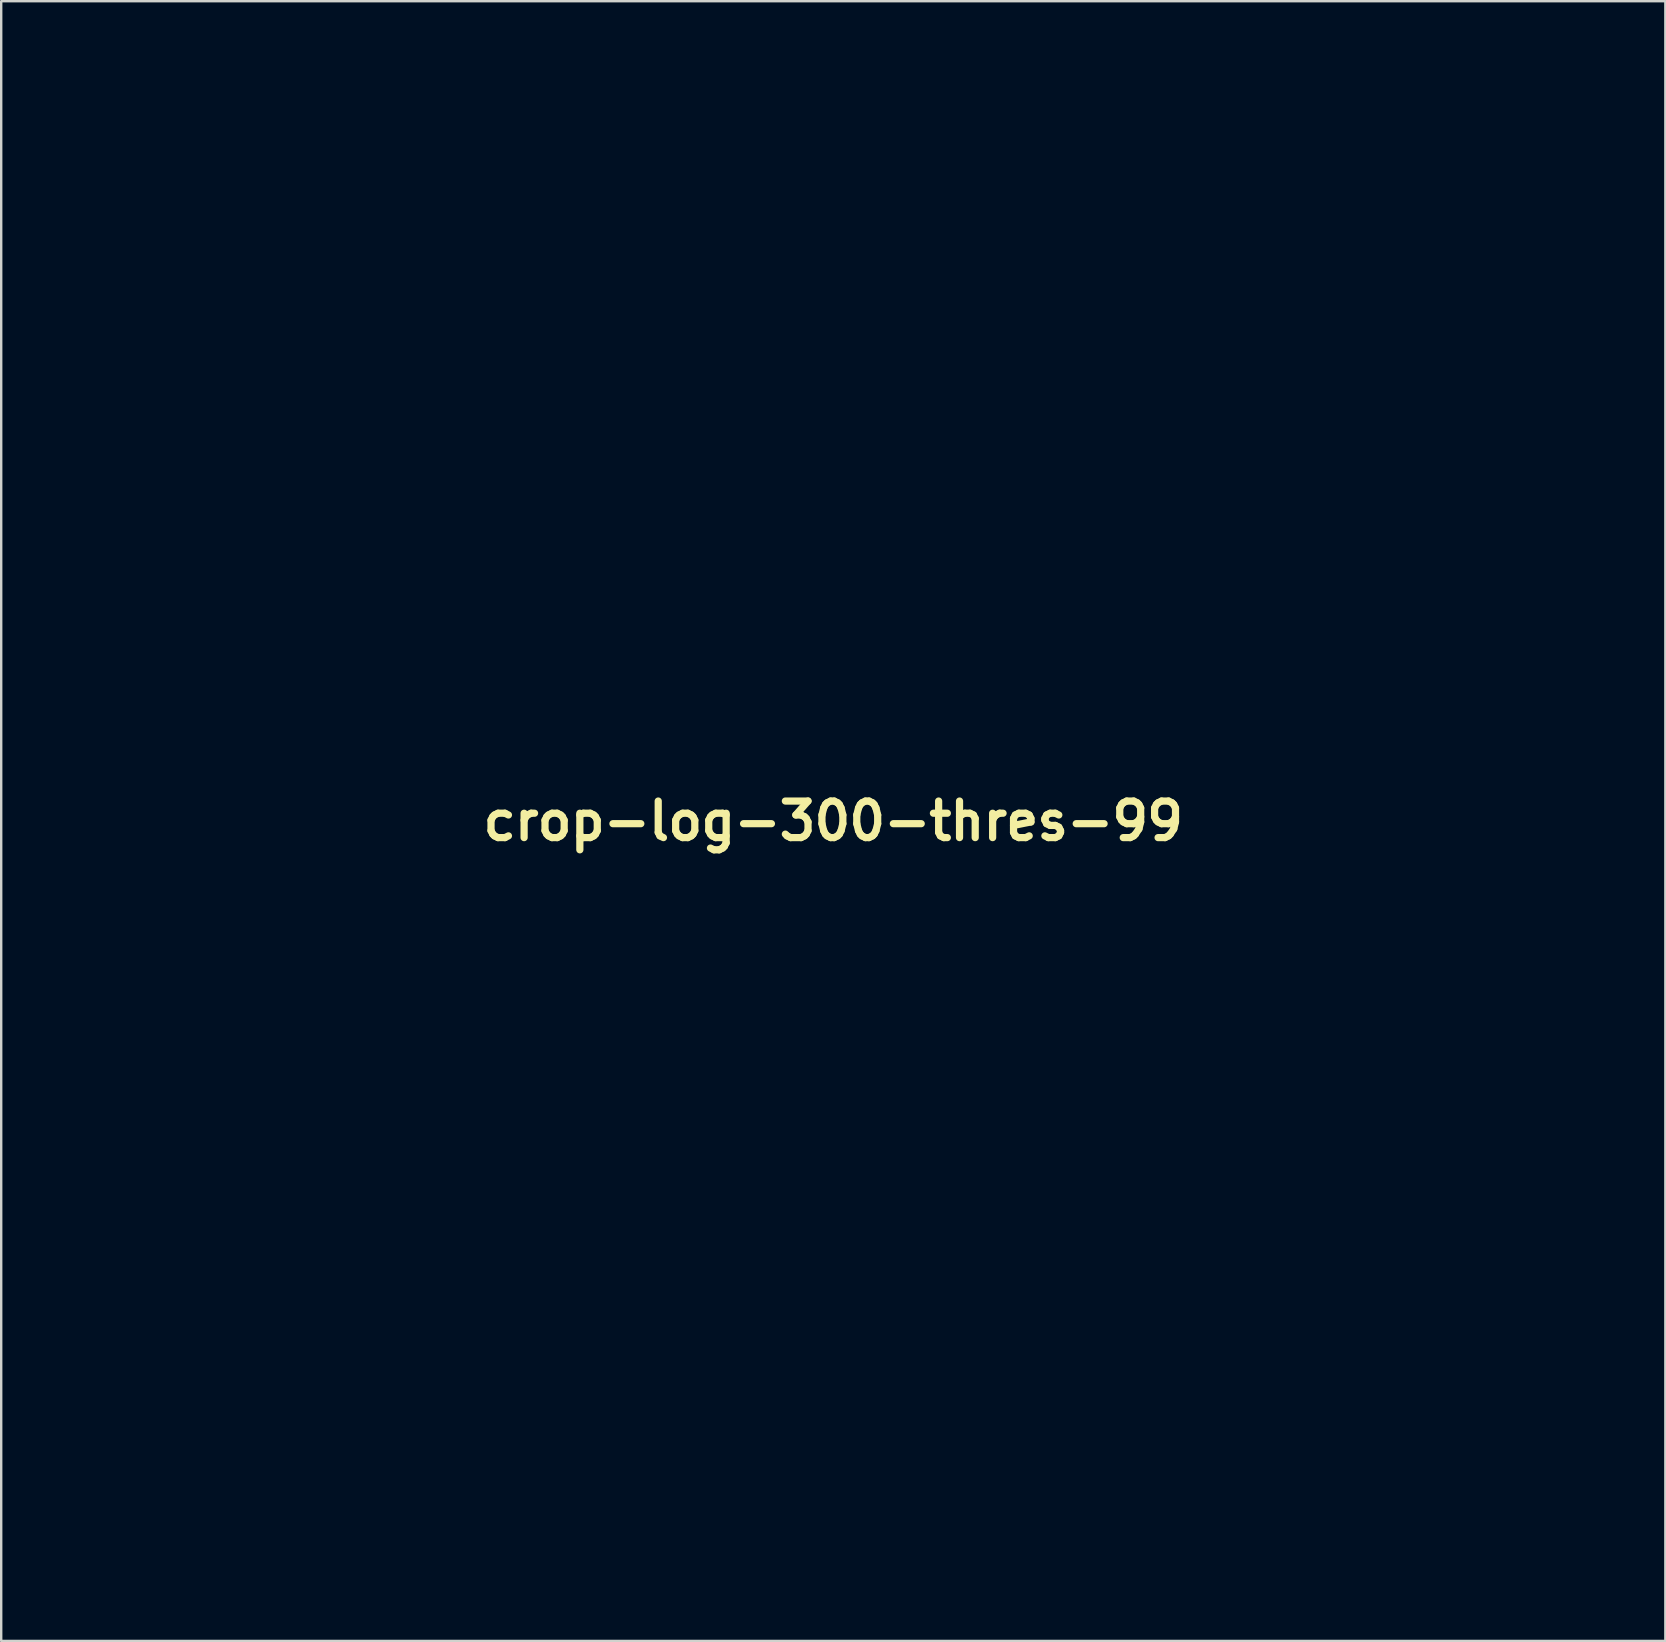
<source format=kicad_pcb>
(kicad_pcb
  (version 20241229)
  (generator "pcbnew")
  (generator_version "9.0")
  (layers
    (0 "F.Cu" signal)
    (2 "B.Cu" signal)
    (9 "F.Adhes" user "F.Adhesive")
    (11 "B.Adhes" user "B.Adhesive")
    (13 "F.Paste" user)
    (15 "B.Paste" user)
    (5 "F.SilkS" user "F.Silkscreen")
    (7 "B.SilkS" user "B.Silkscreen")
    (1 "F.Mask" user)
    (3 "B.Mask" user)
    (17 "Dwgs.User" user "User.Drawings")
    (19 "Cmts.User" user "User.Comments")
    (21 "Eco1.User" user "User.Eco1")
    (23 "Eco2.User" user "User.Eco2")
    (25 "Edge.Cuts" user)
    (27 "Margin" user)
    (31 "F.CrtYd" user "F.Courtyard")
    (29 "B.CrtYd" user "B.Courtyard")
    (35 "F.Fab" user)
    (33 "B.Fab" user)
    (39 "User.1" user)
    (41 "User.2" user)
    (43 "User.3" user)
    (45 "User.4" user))
  (footprint "crop-log-300-thres-99"
    (layer "F.Cu")
    (at 31.67 31.162)
    (property "Reference" "crop-log-300-thres-99" (at 0 0 0) (layer "F.SilkS") (effects (font (size 1.524 1.524) (thickness 0.3))))
    (attr through_hole)
    (fp_poly (pts (xy -28.794 -14.585) (xy -28.791 -14.563) (xy -28.764 -14.379) (xy -28.733 -14.245) (xy -28.725 -14.095) (xy -28.819 -14.055) (xy -28.932 -14.123) (xy -28.95 -14.203) (xy -28.925 -14.36) (xy -28.877 -14.508) (xy -28.826 -14.599) (xy -28.794 -14.585)) (stroke (width 0.01) (type solid)) (fill yes) (layer "F.Mask"))
    (fp_poly (pts (xy 27.205 28.58) (xy 27.298 28.747) (xy 27.323 28.978) (xy 27.303 29.133) (xy 27.196 29.258) (xy 27.035 29.29) (xy 26.899 29.221) (xy 26.873 29.175) (xy 26.848 29.005) (xy 26.854 28.815) (xy 26.93 28.617) (xy 27.064 28.536) (xy 27.205 28.58)) (stroke (width 0.01) (type solid)) (fill yes) (layer "F.Mask"))
    (fp_poly (pts (xy 28.5 28.593) (xy 28.56 28.681) (xy 28.575 28.884) (xy 28.575 28.914) (xy 28.56 29.138) (xy 28.498 29.244) (xy 28.384 29.279) (xy 28.21 29.252) (xy 28.145 29.181) (xy 28.118 29.006) (xy 28.124 28.815) (xy 28.176 28.637) (xy 28.306 28.577) (xy 28.363 28.575) (xy 28.5 28.593)) (stroke (width 0.01) (type solid)) (fill yes) (layer "F.Mask"))
    (fp_poly (pts (xy -15.451 -17.319) (xy -15.335 -17.177) (xy -15.261 -16.954) (xy -15.24 -16.692) (xy -15.285 -16.434) (xy -15.328 -16.335) (xy -15.459 -16.2) (xy -15.605 -16.184) (xy -15.707 -16.293) (xy -15.708 -16.298) (xy -15.771 -16.496) (xy -15.792 -16.564) (xy -15.811 -16.773) (xy -15.773 -17.018) (xy -15.694 -17.228) (xy -15.598 -17.335) (xy -15.451 -17.319)) (stroke (width 0.01) (type solid)) (fill yes) (layer "F.Mask"))
    (fp_poly (pts (xy -15.197 -12.239) (xy -15.081 -12.097) (xy -15.007 -11.874) (xy -14.986 -11.612) (xy -15.031 -11.354) (xy -15.074 -11.255) (xy -15.205 -11.12) (xy -15.351 -11.104) (xy -15.453 -11.213) (xy -15.454 -11.218) (xy -15.517 -11.416) (xy -15.538 -11.484) (xy -15.557 -11.693) (xy -15.519 -11.938) (xy -15.44 -12.148) (xy -15.344 -12.255) (xy -15.197 -12.239)) (stroke (width 0.01) (type solid)) (fill yes) (layer "F.Mask"))
    (fp_poly (pts (xy -23.398 -14.762) (xy -23.349 -14.658) (xy -23.329 -14.452) (xy -23.326 -14.223) (xy -23.331 -13.924) (xy -23.356 -13.755) (xy -23.412 -13.676) (xy -23.505 -13.648) (xy -23.678 -13.685) (xy -23.738 -13.761) (xy -23.778 -13.964) (xy -23.788 -14.238) (xy -23.771 -14.507) (xy -23.728 -14.698) (xy -23.716 -14.719) (xy -23.582 -14.801) (xy -23.485 -14.803) (xy -23.398 -14.762)) (stroke (width 0.01) (type solid)) (fill yes) (layer "F.Mask"))
    (fp_poly (pts (xy -25.882 -12.261) (xy -25.782 -12.231) (xy -25.726 -12.152) (xy -25.702 -11.983) (xy -25.696 -11.684) (xy -25.696 -11.684) (xy -25.702 -11.386) (xy -25.726 -11.216) (xy -25.782 -11.137) (xy -25.882 -11.107) (xy -25.882 -11.107) (xy -26.014 -11.119) (xy -26.088 -11.231) (xy -26.124 -11.382) (xy -26.148 -11.688) (xy -26.124 -11.986) (xy -26.068 -12.188) (xy -25.978 -12.262) (xy -25.882 -12.261)) (stroke (width 0.01) (type solid)) (fill yes) (layer "F.Mask"))
    (fp_poly (pts (xy 31.665 31.157) (xy -31.665 31.157) (xy -31.665 30.057) (xy -12.107 30.057) (xy -12.023 30.074) (xy -11.77 30.089) (xy -11.351 30.102) (xy -10.766 30.113) (xy -10.016 30.123) (xy -9.103 30.13) (xy -8.029 30.136) (xy -6.793 30.139) (xy -5.398 30.141) (xy -4.784 30.141) (xy -3.324 30.14) (xy -2.023 30.137) (xy -0.883 30.133) (xy 0.096 30.126) (xy 0.913 30.117) (xy 1.565 30.107) (xy 2.052 30.094) (xy 2.373 30.08) (xy 2.526 30.064) (xy 2.54 30.057) (xy 2.456 30.04) (xy 2.203 30.025) (xy 1.784 30.012) (xy 1.198 30) (xy 0.449 29.991) (xy -0.464 29.983) (xy -1.539 29.978) (xy -2.774 29.974) (xy -4.169 29.972) (xy -4.784 29.972) (xy -6.243 29.973) (xy -7.544 29.976) (xy -8.685 29.981) (xy -9.664 29.988) (xy -10.48 29.996) (xy -11.132 30.007) (xy -11.619 30.019) (xy -11.94 30.033) (xy -12.093 30.05) (xy -12.107 30.057) (xy -31.665 30.057) (xy -31.665 29.379) (xy -12.869 29.379) (xy -12.809 29.521) (xy -12.7 29.549) (xy -12.558 29.489) (xy -12.531 29.379) (xy -12.591 29.238) (xy -12.7 29.21) (xy -12.842 29.27) (xy -12.869 29.379) (xy -31.665 29.379) (xy -31.665 28.914) (xy -15.663 28.914) (xy -15.599 29.008) (xy -15.394 29.04) (xy -15.367 29.041) (xy -15.148 29.013) (xy -15.071 28.925) (xy -15.071 28.914) (xy -14.393 28.914) (xy -14.337 29.002) (xy -14.152 29.038) (xy -14.055 29.041) (xy -13.819 29.02) (xy -13.789 28.998) (xy 3.048 28.998) (xy 3.051 29.467) (xy 3.061 29.79) (xy 3.08 29.994) (xy 3.113 30.102) (xy 3.161 30.14) (xy 3.175 30.141) (xy 3.227 30.117) (xy 3.252 30.057) (xy 3.81 30.057) (xy 3.894 30.079) (xy 4.145 30.097) (xy 4.559 30.113) (xy 5.133 30.125) (xy 5.866 30.134) (xy 6.752 30.139) (xy 7.791 30.141) (xy 7.832 30.141) (xy 8.876 30.14) (xy 9.768 30.134) (xy 10.506 30.126) (xy 11.087 30.113) (xy 11.506 30.098) (xy 11.763 30.079) (xy 11.853 30.058) (xy 11.853 30.057) (xy 11.769 30.035) (xy 11.519 30.016) (xy 11.105 30) (xy 10.53 29.988) (xy 9.798 29.979) (xy 8.911 29.974) (xy 7.872 29.972) (xy 7.832 29.972) (xy 6.787 29.974) (xy 5.895 29.979) (xy 5.157 29.988) (xy 4.577 30) (xy 4.157 30.015) (xy 3.9 30.034) (xy 3.81 30.056) (xy 3.81 30.057) (xy 3.252 30.057) (xy 3.263 30.028) (xy 3.286 29.85) (xy 3.293 29.682) (xy 11.905 29.682) (xy 11.953 29.716) (xy 12.009 29.718) (xy 12.109 29.663) (xy 12.234 29.489) (xy 12.396 29.179) (xy 12.513 28.923) (xy 12.612 28.702) (xy 26.501 28.702) (xy 26.501 29.549) (xy 26.919 29.549) (xy 27.198 29.532) (xy 27.367 29.468) (xy 27.47 29.36) (xy 27.589 29.08) (xy 27.592 28.914) (xy 27.855 28.914) (xy 27.889 29.249) (xy 28.001 29.45) (xy 28.21 29.539) (xy 28.356 29.549) (xy 28.634 29.508) (xy 28.797 29.409) (xy 28.872 29.237) (xy 28.911 28.986) (xy 28.913 28.92) (xy 29.21 28.92) (xy 29.217 29.256) (xy 29.243 29.452) (xy 29.292 29.538) (xy 29.333 29.549) (xy 29.41 29.496) (xy 29.458 29.322) (xy 29.481 29.062) (xy 29.503 28.783) (xy 29.544 28.632) (xy 29.621 28.565) (xy 29.697 28.548) (xy 29.802 28.545) (xy 29.859 28.599) (xy 29.883 28.747) (xy 29.887 29.026) (xy 29.887 29.035) (xy 29.893 29.32) (xy 29.92 29.476) (xy 29.98 29.539) (xy 30.057 29.549) (xy 30.16 29.526) (xy 30.208 29.431) (xy 30.219 29.219) (xy 30.218 29.146) (xy 30.2 28.766) (xy 30.152 28.524) (xy 30.053 28.387) (xy 29.88 28.325) (xy 29.651 28.306) (xy 29.21 28.292) (xy 29.21 28.92) (xy 28.913 28.92) (xy 28.914 28.914) (xy 28.873 28.578) (xy 28.739 28.376) (xy 28.495 28.287) (xy 28.356 28.279) (xy 28.092 28.321) (xy 27.933 28.463) (xy 27.863 28.728) (xy 27.855 28.914) (xy 27.592 28.914) (xy 27.594 28.788) (xy 27.499 28.528) (xy 27.32 28.344) (xy 27.089 28.279) (xy 26.909 28.255) (xy 26.845 28.154) (xy 26.839 28.067) (xy 26.8 27.901) (xy 26.67 27.855) (xy 26.593 27.867) (xy 26.544 27.922) (xy 26.516 28.052) (xy 26.504 28.286) (xy 26.501 28.657) (xy 26.501 28.702) (xy 12.612 28.702) (xy 12.702 28.498) (xy 12.83 28.204) (xy 12.904 28.017) (xy 12.931 27.912) (xy 12.918 27.867) (xy 12.873 27.855) (xy 12.833 27.855) (xy 12.765 27.88) (xy 12.686 27.966) (xy 12.584 28.133) (xy 12.449 28.399) (xy 12.272 28.782) (xy 12.041 29.302) (xy 12.017 29.358) (xy 11.926 29.577) (xy 11.905 29.682) (xy 3.293 29.682) (xy 3.298 29.558) (xy 3.302 29.128) (xy 3.302 28.998) (xy 3.299 28.53) (xy 3.289 28.206) (xy 3.27 28.003) (xy 3.237 27.894) (xy 3.189 27.857) (xy 3.175 27.855) (xy 3.123 27.879) (xy 3.087 27.968) (xy 3.064 28.146) (xy 3.052 28.438) (xy 3.048 28.869) (xy 3.048 28.998) (xy -13.789 28.998) (xy -13.722 28.95) (xy -13.716 28.914) (xy -13.772 28.825) (xy -13.957 28.789) (xy -14.055 28.787) (xy -14.29 28.808) (xy -14.387 28.877) (xy -14.393 28.914) (xy -15.071 28.914) (xy -15.135 28.82) (xy -15.34 28.787) (xy -15.367 28.787) (xy -15.586 28.814) (xy -15.663 28.902) (xy -15.663 28.914) (xy -31.665 28.914) (xy -31.665 28.194) (xy -16.849 28.194) (xy -16.828 28.429) (xy -16.758 28.527) (xy -16.722 28.533) (xy -16.633 28.477) (xy -16.597 28.291) (xy -16.595 28.194) (xy -16.616 27.959) (xy -16.685 27.861) (xy -16.722 27.855) (xy -16.81 27.911) (xy -16.846 28.097) (xy -16.849 28.194) (xy -31.665 28.194) (xy -31.665 27.517) (xy -20.066 27.517) (xy -19.984 27.55) (xy -19.745 27.576) (xy -19.364 27.593) (xy -18.854 27.601) (xy -18.711 27.601) (xy -18.172 27.596) (xy -17.758 27.581) (xy -17.483 27.557) (xy -17.362 27.526) (xy -17.357 27.517) (xy -17.439 27.483) (xy -17.677 27.457) (xy -18.058 27.44) (xy -18.568 27.432) (xy -18.711 27.432) (xy -19.251 27.437) (xy -19.665 27.452) (xy -19.939 27.476) (xy -20.061 27.508) (xy -20.066 27.517) (xy -31.665 27.517) (xy -31.665 25.389) (xy -21.237 25.389) (xy -21.193 25.492) (xy -21.095 25.715) (xy -20.959 26.023) (xy -20.828 26.319) (xy -20.638 26.727) (xy -20.492 26.993) (xy -20.378 27.137) (xy -20.292 27.176) (xy -20.176 27.146) (xy -20.165 27.104) (xy -20.209 27.001) (xy -20.307 26.778) (xy -20.443 26.47) (xy -20.448 26.458) (xy 3.048 26.458) (xy 3.051 26.927) (xy 3.061 27.25) (xy 3.08 27.454) (xy 3.113 27.562) (xy 3.161 27.6) (xy 3.175 27.601) (xy 3.227 27.577) (xy 3.252 27.517) (xy 20.997 27.517) (xy 21.082 27.537) (xy 21.333 27.555) (xy 21.749 27.57) (xy 22.327 27.582) (xy 23.065 27.591) (xy 23.961 27.598) (xy 25.012 27.601) (xy 25.696 27.601) (xy 26.837 27.6) (xy 27.824 27.595) (xy 28.654 27.588) (xy 29.326 27.577) (xy 29.837 27.564) (xy 30.185 27.548) (xy 30.367 27.529) (xy 30.395 27.517) (xy 30.311 27.496) (xy 30.06 27.478) (xy 29.644 27.463) (xy 29.066 27.451) (xy 28.327 27.442) (xy 27.432 27.436) (xy 26.38 27.433) (xy 25.696 27.432) (xy 24.556 27.434) (xy 23.569 27.438) (xy 22.738 27.446) (xy 22.066 27.456) (xy 21.556 27.469) (xy 21.208 27.485) (xy 21.026 27.504) (xy 20.997 27.517) (xy 3.252 27.517) (xy 3.263 27.488) (xy 3.286 27.31) (xy 3.294 27.104) (xy 13.222 27.104) (xy 13.267 27.164) (xy 13.349 27.176) (xy 13.444 27.129) (xy 13.486 27.074) (xy 30.495 27.074) (xy 30.5 27.155) (xy 30.552 27.178) (xy 30.556 27.178) (xy 30.65 27.126) (xy 30.773 26.961) (xy 30.936 26.667) (xy 31.139 26.247) (xy 31.319 25.851) (xy 31.431 25.583) (xy 31.481 25.42) (xy 31.476 25.338) (xy 31.424 25.315) (xy 31.42 25.315) (xy 31.326 25.367) (xy 31.203 25.532) (xy 31.04 25.826) (xy 30.837 26.247) (xy 30.657 26.643) (xy 30.545 26.911) (xy 30.495 27.074) (xy 13.486 27.074) (xy 13.56 26.975) (xy 13.633 26.839) (xy 20.235 26.839) (xy 20.295 26.981) (xy 20.405 27.009) (xy 20.546 26.949) (xy 20.574 26.839) (xy 20.514 26.698) (xy 20.405 26.67) (xy 20.263 26.73) (xy 20.235 26.839) (xy 13.633 26.839) (xy 13.71 26.697) (xy 13.862 26.369) (xy 17.441 26.369) (xy 17.491 26.458) (xy 17.659 26.497) (xy 17.787 26.501) (xy 18.021 26.481) (xy 18.101 26.42) (xy 18.098 26.395) (xy 18.07 26.374) (xy 18.796 26.374) (xy 18.86 26.468) (xy 19.065 26.5) (xy 19.092 26.501) (xy 19.312 26.473) (xy 19.388 26.385) (xy 19.389 26.374) (xy 19.324 26.28) (xy 19.119 26.247) (xy 19.092 26.247) (xy 18.873 26.274) (xy 18.797 26.362) (xy 18.796 26.374) (xy 18.07 26.374) (xy 17.999 26.319) (xy 17.798 26.268) (xy 17.752 26.263) (xy 17.537 26.263) (xy 17.449 26.321) (xy 17.441 26.369) (xy 13.862 26.369) (xy 13.885 26.319) (xy 14.042 25.966) (xy 14.172 25.67) (xy 14.204 25.598) (xy 16.256 25.598) (xy 16.279 25.848) (xy 16.36 25.967) (xy 16.482 25.993) (xy 16.565 25.912) (xy 16.595 25.671) (xy 16.595 25.654) (xy 16.58 25.432) (xy 16.523 25.335) (xy 16.425 25.315) (xy 16.306 25.35) (xy 16.26 25.486) (xy 16.256 25.598) (xy 14.204 25.598) (xy 14.262 25.465) (xy 14.295 25.389) (xy 14.25 25.329) (xy 14.168 25.317) (xy 14.073 25.364) (xy 13.956 25.518) (xy 13.807 25.796) (xy 13.631 26.175) (xy 13.475 26.527) (xy 13.344 26.823) (xy 13.254 27.028) (xy 13.222 27.104) (xy 3.294 27.104) (xy 3.298 27.018) (xy 3.302 26.588) (xy 3.302 26.458) (xy 3.299 25.99) (xy 3.289 25.666) (xy 3.27 25.463) (xy 3.237 25.354) (xy 3.189 25.317) (xy 3.175 25.315) (xy 3.123 25.339) (xy 3.087 25.428) (xy 3.064 25.606) (xy 3.052 25.898) (xy 3.048 26.329) (xy 3.048 26.458) (xy -20.448 26.458) (xy -20.574 26.175) (xy -20.764 25.767) (xy -20.91 25.5) (xy -21.024 25.356) (xy -21.11 25.317) (xy -21.226 25.348) (xy -21.237 25.389) (xy -31.665 25.389) (xy -31.665 24.977) (xy -1.524 24.977) (xy -1.44 25) (xy -1.19 25.02) (xy -0.779 25.037) (xy -0.21 25.049) (xy 0.513 25.057) (xy 1.387 25.061) (xy 1.82 25.061) (xy 2.759 25.059) (xy 3.549 25.053) (xy 4.187 25.042) (xy 4.669 25.028) (xy 4.99 25.01) (xy 5.148 24.988) (xy 5.165 24.977) (xy 5.081 24.953) (xy 4.831 24.933) (xy 4.42 24.917) (xy 3.851 24.905) (xy 3.128 24.896) (xy 2.254 24.892) (xy 1.82 24.892) (xy 0.881 24.894) (xy 0.091 24.9) (xy -0.547 24.911) (xy -1.028 24.925) (xy -1.35 24.944) (xy -1.507 24.966) (xy -1.524 24.977) (xy -31.665 24.977) (xy -31.665 22.847) (xy -22.554 22.847) (xy -22.502 22.998) (xy -22.443 23.135) (xy -22.207 23.669) (xy -22.025 24.064) (xy -21.887 24.34) (xy -21.782 24.515) (xy -21.701 24.608) (xy -21.633 24.638) (xy -21.627 24.638) (xy -21.528 24.589) (xy -21.54 24.502) (xy -21.733 24.025) (xy -21.822 23.829) (xy -2.455 23.829) (xy -2.406 23.918) (xy -2.237 23.957) (xy -2.11 23.961) (xy -1.876 23.941) (xy -1.795 23.88) (xy -1.799 23.855) (xy -1.833 23.829) (xy 5.503 23.829) (xy 5.553 23.918) (xy 5.721 23.957) (xy 5.849 23.961) (xy 6.083 23.941) (xy 6.163 23.88) (xy 6.16 23.855) (xy 6.132 23.834) (xy 6.858 23.834) (xy 6.922 23.928) (xy 7.127 23.96) (xy 7.154 23.961) (xy 7.374 23.933) (xy 7.45 23.845) (xy 7.451 23.834) (xy 8.128 23.834) (xy 8.184 23.922) (xy 8.369 23.958) (xy 8.467 23.961) (xy 8.702 23.94) (xy 8.799 23.87) (xy 8.805 23.834) (xy 8.802 23.829) (xy 9.483 23.829) (xy 9.532 23.918) (xy 9.701 23.957) (xy 9.828 23.961) (xy 10.062 23.941) (xy 10.143 23.88) (xy 10.139 23.855) (xy 10.112 23.834) (xy 10.837 23.834) (xy 10.902 23.928) (xy 11.107 23.96) (xy 11.134 23.961) (xy 11.353 23.933) (xy 11.366 23.918) (xy 12.361 23.918) (xy 12.364 24.387) (xy 12.374 24.71) (xy 12.394 24.914) (xy 12.426 25.022) (xy 12.474 25.06) (xy 12.488 25.061) (xy 12.54 25.037) (xy 12.565 24.977) (xy 13.123 24.977) (xy 13.206 25.011) (xy 13.443 25.037) (xy 13.822 25.054) (xy 14.328 25.061) (xy 14.431 25.061) (xy 14.936 25.056) (xy 15.343 25.041) (xy 15.631 25.017) (xy 15.778 24.986) (xy 15.79 24.977) (xy 15.731 24.942) (xy 15.508 24.915) (xy 15.126 24.899) (xy 14.59 24.892) (xy 14.483 24.892) (xy 13.942 24.897) (xy 13.527 24.912) (xy 13.251 24.936) (xy 13.129 24.968) (xy 13.123 24.977) (xy 12.565 24.977) (xy 12.576 24.948) (xy 12.599 24.77) (xy 12.611 24.478) (xy 12.615 24.048) (xy 12.615 23.918) (xy 12.613 23.45) (xy 12.603 23.126) (xy 12.583 22.923) (xy 12.569 22.874) (xy 30.494 22.874) (xy 30.542 23.033) (xy 30.65 23.296) (xy 30.827 23.685) (xy 30.837 23.707) (xy 31.047 24.14) (xy 31.208 24.429) (xy 31.33 24.59) (xy 31.42 24.638) (xy 31.474 24.617) (xy 31.482 24.539) (xy 31.434 24.38) (xy 31.326 24.118) (xy 31.149 23.728) (xy 31.139 23.707) (xy 30.929 23.274) (xy 30.768 22.984) (xy 30.646 22.823) (xy 30.556 22.775) (xy 30.502 22.796) (xy 30.494 22.874) (xy 12.569 22.874) (xy 12.551 22.814) (xy 12.503 22.777) (xy 12.488 22.775) (xy 12.436 22.799) (xy 12.4 22.888) (xy 12.378 23.066) (xy 12.366 23.358) (xy 12.361 23.789) (xy 12.361 23.918) (xy 11.366 23.918) (xy 11.429 23.845) (xy 11.43 23.834) (xy 11.366 23.74) (xy 11.161 23.707) (xy 11.134 23.707) (xy 10.914 23.734) (xy 10.838 23.822) (xy 10.837 23.834) (xy 10.112 23.834) (xy 10.04 23.779) (xy 9.84 23.728) (xy 9.794 23.723) (xy 9.579 23.723) (xy 9.491 23.781) (xy 9.483 23.829) (xy 8.802 23.829) (xy 8.749 23.745) (xy 8.564 23.709) (xy 8.467 23.707) (xy 8.231 23.728) (xy 8.134 23.797) (xy 8.128 23.834) (xy 7.451 23.834) (xy 7.386 23.74) (xy 7.181 23.707) (xy 7.154 23.707) (xy 6.935 23.734) (xy 6.859 23.822) (xy 6.858 23.834) (xy 6.132 23.834) (xy 6.061 23.779) (xy 5.86 23.728) (xy 5.814 23.723) (xy 5.599 23.723) (xy 5.511 23.781) (xy 5.503 23.829) (xy -1.833 23.829) (xy -1.898 23.779) (xy -2.098 23.728) (xy -2.144 23.723) (xy -2.359 23.723) (xy -2.447 23.781) (xy -2.455 23.829) (xy -21.822 23.829) (xy -21.93 23.591) (xy -22.116 23.225) (xy -22.182 23.114) (xy -3.556 23.114) (xy -3.535 23.349) (xy -3.466 23.447) (xy -3.429 23.453) (xy -3.341 23.397) (xy -3.304 23.211) (xy -3.302 23.114) (xy -3.323 22.879) (xy -3.392 22.781) (xy -3.429 22.775) (xy -3.517 22.831) (xy -3.554 23.017) (xy -3.556 23.114) (xy -22.182 23.114) (xy -22.277 22.953) (xy -22.402 22.8) (xy -22.45 22.775) (xy -22.536 22.786) (xy -22.554 22.847) (xy -31.665 22.847) (xy -31.665 21.378) (xy -23.453 21.378) (xy -23.45 21.847) (xy -23.44 22.17) (xy -23.42 22.374) (xy -23.388 22.482) (xy -23.34 22.52) (xy -23.326 22.521) (xy -23.274 22.497) (xy -23.238 22.408) (xy -23.215 22.23) (xy -23.203 21.938) (xy -23.199 21.508) (xy -23.199 21.378) (xy -23.199 21.294) (xy -7.705 21.294) (xy -7.64 21.388) (xy -7.435 21.42) (xy -7.408 21.421) (xy -7.189 21.393) (xy -7.176 21.378) (xy -6.181 21.378) (xy -6.178 21.847) (xy -6.168 22.17) (xy -6.148 22.374) (xy -6.116 22.482) (xy -6.068 22.52) (xy -6.054 22.521) (xy -6.002 22.497) (xy -5.977 22.437) (xy -5.503 22.437) (xy -5.424 22.478) (xy -5.205 22.507) (xy -4.876 22.521) (xy -4.784 22.521) (xy -4.433 22.512) (xy -4.185 22.486) (xy -4.069 22.448) (xy -4.064 22.437) (xy -4.144 22.395) (xy -4.362 22.366) (xy -4.691 22.353) (xy -4.784 22.352) (xy -5.134 22.361) (xy -5.382 22.387) (xy -5.498 22.426) (xy -5.503 22.437) (xy -5.977 22.437) (xy -5.966 22.408) (xy -5.943 22.23) (xy -5.931 21.938) (xy -5.927 21.508) (xy -5.927 21.378) (xy -5.929 20.91) (xy -5.939 20.586) (xy -5.959 20.383) (xy -5.982 20.307) (xy 11.906 20.307) (xy 11.958 20.458) (xy 12.017 20.595) (xy 12.252 21.129) (xy 12.434 21.524) (xy 12.573 21.8) (xy 12.677 21.975) (xy 12.759 22.068) (xy 12.827 22.098) (xy 12.833 22.098) (xy 12.931 22.049) (xy 12.92 21.962) (xy 12.726 21.485) (xy 12.53 21.051) (xy 12.344 20.685) (xy 12.182 20.413) (xy 12.058 20.26) (xy 12.054 20.258) (xy 29.152 20.258) (xy 29.153 20.322) (xy 29.196 20.454) (xy 29.288 20.677) (xy 29.435 21.016) (xy 29.563 21.306) (xy 29.745 21.698) (xy 29.885 21.947) (xy 29.997 22.073) (xy 30.066 22.098) (xy 30.155 22.088) (xy 30.175 22.031) (xy 30.126 21.886) (xy 30.063 21.738) (xy 29.827 21.205) (xy 29.645 20.809) (xy 29.507 20.533) (xy 29.402 20.358) (xy 29.321 20.265) (xy 29.253 20.236) (xy 29.247 20.235) (xy 29.186 20.237) (xy 29.152 20.258) (xy 12.054 20.258) (xy 12.009 20.235) (xy 11.923 20.246) (xy 11.906 20.307) (xy -5.982 20.307) (xy -5.991 20.274) (xy -6.039 20.237) (xy -6.054 20.235) (xy -6.106 20.259) (xy -6.142 20.348) (xy -6.164 20.526) (xy -6.176 20.818) (xy -6.181 21.249) (xy -6.181 21.378) (xy -7.176 21.378) (xy -7.113 21.305) (xy -7.112 21.294) (xy -7.176 21.2) (xy -7.381 21.167) (xy -7.408 21.167) (xy -7.628 21.194) (xy -7.704 21.282) (xy -7.705 21.294) (xy -23.199 21.294) (xy -23.201 20.91) (xy -23.211 20.586) (xy -23.212 20.574) (xy -8.89 20.574) (xy -8.869 20.809) (xy -8.8 20.907) (xy -8.763 20.913) (xy -8.675 20.857) (xy -8.638 20.671) (xy -8.636 20.574) (xy -8.657 20.339) (xy -8.726 20.241) (xy -8.763 20.235) (xy -8.851 20.291) (xy -8.888 20.477) (xy -8.89 20.574) (xy -23.212 20.574) (xy -23.231 20.383) (xy -23.263 20.274) (xy -23.311 20.237) (xy -23.326 20.235) (xy -23.378 20.259) (xy -23.414 20.348) (xy -23.436 20.526) (xy -23.448 20.818) (xy -23.453 21.249) (xy -23.453 21.378) (xy -31.665 21.378) (xy -31.665 18.838) (xy -23.453 18.838) (xy -23.45 19.307) (xy -23.44 19.63) (xy -23.42 19.834) (xy -23.388 19.942) (xy -23.34 19.98) (xy -23.326 19.981) (xy -23.274 19.957) (xy -23.249 19.897) (xy -10.753 19.897) (xy -10.673 19.939) (xy -10.457 19.968) (xy -10.136 19.981) (xy -10.075 19.981) (xy -9.74 19.971) (xy -9.504 19.944) (xy -9.4 19.904) (xy -9.398 19.897) (xy -5.503 19.897) (xy -5.424 19.938) (xy -5.205 19.967) (xy -4.876 19.981) (xy -4.784 19.981) (xy -4.433 19.972) (xy -4.185 19.946) (xy -4.069 19.908) (xy -4.064 19.897) (xy -4.064 19.897) (xy 17.103 19.897) (xy 17.103 19.897) (xy 17.187 19.919) (xy 17.437 19.938) (xy 17.851 19.953) (xy 18.426 19.965) (xy 19.157 19.974) (xy 20.044 19.98) (xy 21.081 19.981) (xy 21.082 19.981) (xy 22.12 19.98) (xy 23.006 19.974) (xy 23.738 19.965) (xy 24.312 19.953) (xy 24.726 19.938) (xy 24.977 19.919) (xy 25.061 19.897) (xy 25.061 19.897) (xy 24.977 19.875) (xy 24.727 19.856) (xy 24.313 19.84) (xy 23.738 19.828) (xy 23.007 19.819) (xy 22.12 19.814) (xy 21.083 19.812) (xy 21.082 19.812) (xy 20.044 19.814) (xy 19.158 19.819) (xy 18.426 19.828) (xy 17.852 19.84) (xy 17.438 19.856) (xy 17.187 19.875) (xy 17.103 19.897) (xy -4.064 19.897) (xy -4.144 19.855) (xy -4.362 19.826) (xy -4.691 19.813) (xy -4.784 19.812) (xy -5.134 19.821) (xy -5.382 19.847) (xy -5.498 19.886) (xy -5.503 19.897) (xy -9.398 19.897) (xy -9.477 19.855) (xy -9.693 19.825) (xy -10.015 19.812) (xy -10.075 19.812) (xy -10.411 19.822) (xy -10.646 19.849) (xy -10.75 19.889) (xy -10.753 19.897) (xy -23.249 19.897) (xy -23.238 19.868) (xy -23.215 19.69) (xy -23.203 19.398) (xy -23.199 18.968) (xy -23.199 18.838) (xy -23.201 18.37) (xy -23.211 18.046) (xy -23.231 17.843) (xy -23.245 17.794) (xy -11.924 17.794) (xy -11.876 17.953) (xy -11.768 18.216) (xy -11.591 18.605) (xy -11.581 18.627) (xy -11.371 19.06) (xy -11.21 19.349) (xy -11.088 19.51) (xy -10.998 19.558) (xy -10.944 19.537) (xy -10.936 19.459) (xy -10.938 19.454) (xy -3.964 19.454) (xy -3.959 19.535) (xy -3.907 19.558) (xy -3.903 19.558) (xy -3.81 19.506) (xy -3.686 19.341) (xy -3.524 19.047) (xy -3.321 18.627) (xy -3.14 18.231) (xy -3.029 17.963) (xy -2.979 17.8) (xy -2.983 17.718) (xy -2.985 17.718) (xy 10.61 17.718) (xy 10.611 17.782) (xy 10.654 17.914) (xy 10.746 18.137) (xy 10.893 18.476) (xy 11.021 18.766) (xy 11.203 19.158) (xy 11.343 19.407) (xy 11.455 19.533) (xy 11.524 19.558) (xy 11.613 19.548) (xy 11.63 19.501) (xy 29.148 19.501) (xy 29.161 19.547) (xy 29.205 19.558) (xy 29.247 19.558) (xy 29.366 19.478) (xy 29.519 19.243) (xy 29.646 18.986) (xy 29.861 18.513) (xy 30.013 18.172) (xy 30.111 17.942) (xy 30.16 17.801) (xy 30.167 17.727) (xy 30.141 17.699) (xy 30.088 17.695) (xy 30.066 17.695) (xy 29.968 17.744) (xy 29.85 17.902) (xy 29.699 18.188) (xy 29.563 18.487) (xy 29.376 18.913) (xy 29.249 19.208) (xy 29.175 19.396) (xy 29.148 19.501) (xy 11.63 19.501) (xy 11.633 19.491) (xy 11.584 19.346) (xy 11.53 19.219) (xy 16.256 19.219) (xy 16.316 19.361) (xy 16.425 19.389) (xy 16.567 19.329) (xy 16.595 19.219) (xy 25.485 19.219) (xy 25.534 19.352) (xy 25.696 19.389) (xy 25.862 19.349) (xy 25.908 19.219) (xy 25.858 19.087) (xy 25.696 19.05) (xy 25.53 19.09) (xy 25.485 19.219) (xy 16.595 19.219) (xy 16.535 19.078) (xy 16.425 19.05) (xy 16.284 19.11) (xy 16.256 19.219) (xy 11.53 19.219) (xy 11.521 19.198) (xy 11.324 18.754) (xy 14.817 18.754) (xy 14.881 18.848) (xy 15.086 18.88) (xy 15.113 18.881) (xy 15.332 18.853) (xy 15.409 18.765) (xy 15.409 18.754) (xy 26.755 18.754) (xy 26.819 18.848) (xy 27.024 18.88) (xy 27.051 18.881) (xy 27.27 18.853) (xy 27.347 18.765) (xy 27.347 18.754) (xy 28.025 18.754) (xy 28.081 18.842) (xy 28.266 18.878) (xy 28.363 18.881) (xy 28.599 18.86) (xy 28.696 18.79) (xy 28.702 18.754) (xy 28.646 18.665) (xy 28.461 18.629) (xy 28.363 18.627) (xy 28.128 18.648) (xy 28.031 18.717) (xy 28.025 18.754) (xy 27.347 18.754) (xy 27.283 18.66) (xy 27.078 18.627) (xy 27.051 18.627) (xy 26.832 18.654) (xy 26.755 18.742) (xy 26.755 18.754) (xy 15.409 18.754) (xy 15.345 18.66) (xy 15.14 18.627) (xy 15.113 18.627) (xy 14.894 18.654) (xy 14.817 18.742) (xy 14.817 18.754) (xy 11.324 18.754) (xy 11.285 18.665) (xy 11.103 18.269) (xy 10.985 18.034) (xy 13.631 18.034) (xy 13.652 18.269) (xy 13.722 18.367) (xy 13.758 18.373) (xy 13.847 18.317) (xy 13.883 18.131) (xy 13.885 18.034) (xy 13.864 17.799) (xy 13.795 17.701) (xy 13.758 17.695) (xy 13.67 17.751) (xy 13.634 17.937) (xy 13.631 18.034) (xy 10.985 18.034) (xy 10.965 17.993) (xy 10.86 17.818) (xy 10.779 17.725) (xy 10.711 17.696) (xy 10.705 17.695) (xy 10.644 17.697) (xy 10.61 17.718) (xy -2.985 17.718) (xy -3.036 17.695) (xy -3.039 17.695) (xy -3.133 17.747) (xy -3.257 17.912) (xy -3.419 18.206) (xy -3.622 18.627) (xy -3.802 19.023) (xy -3.914 19.291) (xy -3.964 19.454) (xy -10.938 19.454) (xy -10.984 19.3) (xy -11.092 19.038) (xy -11.269 18.648) (xy -11.279 18.627) (xy -11.489 18.194) (xy -11.65 17.904) (xy -11.772 17.743) (xy -11.862 17.695) (xy -11.916 17.716) (xy -11.924 17.794) (xy -23.245 17.794) (xy -23.263 17.734) (xy -23.311 17.697) (xy -23.326 17.695) (xy -23.378 17.719) (xy -23.414 17.808) (xy -23.436 17.986) (xy -23.448 18.278) (xy -23.453 18.709) (xy -23.453 18.838) (xy -31.665 18.838) (xy -31.665 16.298) (xy -23.453 16.298) (xy -23.45 16.767) (xy -23.44 17.09) (xy -23.42 17.294) (xy -23.388 17.402) (xy -23.34 17.44) (xy -23.326 17.441) (xy -23.274 17.417) (xy -23.249 17.357) (xy -2.794 17.357) (xy -2.711 17.386) (xy -2.466 17.409) (xy -2.068 17.427) (xy -1.524 17.437) (xy -0.843 17.441) (xy -0.809 17.441) (xy -0.143 17.438) (xy 0.407 17.427) (xy 0.826 17.411) (xy 1.103 17.388) (xy 1.224 17.36) (xy 1.228 17.357) (xy 2.455 17.357) (xy 2.535 17.398) (xy 2.754 17.427) (xy 3.082 17.441) (xy 3.175 17.441) (xy 3.525 17.432) (xy 3.774 17.406) (xy 3.89 17.368) (xy 3.895 17.357) (xy 9.144 17.357) (xy 9.227 17.386) (xy 9.472 17.409) (xy 9.87 17.427) (xy 10.414 17.437) (xy 11.095 17.441) (xy 11.134 17.441) (xy 11.822 17.438) (xy 12.373 17.427) (xy 12.779 17.41) (xy 13.031 17.387) (xy 13.123 17.358) (xy 13.123 17.357) (xy 27.686 17.357) (xy 27.765 17.399) (xy 27.981 17.428) (xy 28.303 17.441) (xy 28.363 17.441) (xy 28.699 17.431) (xy 28.934 17.404) (xy 29.038 17.364) (xy 29.041 17.357) (xy 28.961 17.315) (xy 28.745 17.285) (xy 28.424 17.272) (xy 28.363 17.272) (xy 28.028 17.282) (xy 27.792 17.309) (xy 27.688 17.349) (xy 27.686 17.357) (xy 13.123 17.357) (xy 13.04 17.327) (xy 12.795 17.304) (xy 12.397 17.287) (xy 11.853 17.276) (xy 11.172 17.272) (xy 11.134 17.272) (xy 10.445 17.276) (xy 9.894 17.286) (xy 9.489 17.303) (xy 9.236 17.326) (xy 9.144 17.355) (xy 9.144 17.357) (xy 3.895 17.357) (xy 3.815 17.315) (xy 3.596 17.286) (xy 3.268 17.273) (xy 3.175 17.272) (xy 2.825 17.281) (xy 2.576 17.307) (xy 2.46 17.346) (xy 2.455 17.357) (xy 1.228 17.357) (xy 1.164 17.327) (xy 0.934 17.303) (xy 0.541 17.286) (xy -0.013 17.276) (xy -0.724 17.272) (xy -0.757 17.272) (xy -1.455 17.275) (xy -2.016 17.286) (xy -2.431 17.302) (xy -2.692 17.325) (xy -2.793 17.353) (xy -2.794 17.357) (xy -23.249 17.357) (xy -23.238 17.328) (xy -23.215 17.15) (xy -23.203 16.858) (xy -23.199 16.428) (xy -23.199 16.298) (xy -23.201 15.83) (xy -23.211 15.506) (xy -23.231 15.303) (xy -23.253 15.229) (xy -13.279 15.229) (xy -13.234 15.332) (xy -13.137 15.555) (xy -13 15.863) (xy -12.869 16.159) (xy -12.679 16.567) (xy -12.533 16.833) (xy -12.419 16.977) (xy -12.333 17.016) (xy -12.217 16.986) (xy -12.206 16.944) (xy 1.284 16.944) (xy 1.329 17.004) (xy 1.411 17.016) (xy 1.506 16.969) (xy 1.622 16.815) (xy 1.772 16.537) (xy 1.947 16.159) (xy 2.104 15.806) (xy 2.234 15.51) (xy 2.324 15.305) (xy 2.357 15.229) (xy 2.355 15.227) (xy 7.926 15.227) (xy 7.978 15.378) (xy 8.037 15.515) (xy 8.273 16.049) (xy 8.455 16.444) (xy 8.593 16.72) (xy 8.698 16.895) (xy 8.779 16.988) (xy 8.847 17.018) (xy 8.853 17.018) (xy 8.952 16.969) (xy 8.94 16.882) (xy 8.747 16.405) (xy 8.55 15.971) (xy 8.364 15.605) (xy 8.203 15.333) (xy 8.139 15.254) (xy 26.515 15.254) (xy 26.562 15.413) (xy 26.671 15.676) (xy 26.848 16.065) (xy 26.858 16.087) (xy 27.067 16.52) (xy 27.228 16.809) (xy 27.351 16.97) (xy 27.441 17.018) (xy 27.495 16.997) (xy 27.502 16.919) (xy 27.455 16.76) (xy 27.346 16.498) (xy 27.256 16.298) (xy 29.549 16.298) (xy 29.551 16.767) (xy 29.561 17.09) (xy 29.581 17.294) (xy 29.613 17.402) (xy 29.661 17.44) (xy 29.676 17.441) (xy 29.728 17.417) (xy 29.764 17.328) (xy 29.786 17.15) (xy 29.798 16.858) (xy 29.803 16.428) (xy 29.803 16.298) (xy 29.8 15.83) (xy 29.79 15.506) (xy 29.77 15.303) (xy 29.738 15.194) (xy 29.69 15.157) (xy 29.676 15.155) (xy 29.624 15.179) (xy 29.588 15.268) (xy 29.565 15.446) (xy 29.553 15.738) (xy 29.549 16.169) (xy 29.549 16.298) (xy 27.256 16.298) (xy 27.169 16.108) (xy 27.159 16.087) (xy 26.95 15.654) (xy 26.789 15.364) (xy 26.667 15.203) (xy 26.577 15.155) (xy 26.522 15.176) (xy 26.515 15.254) (xy 8.139 15.254) (xy 8.078 15.18) (xy 8.03 15.155) (xy 7.944 15.166) (xy 7.926 15.227) (xy 2.355 15.227) (xy 2.312 15.169) (xy 2.23 15.157) (xy 2.135 15.204) (xy 2.018 15.358) (xy 1.869 15.636) (xy 1.693 16.015) (xy 1.537 16.367) (xy 1.406 16.663) (xy 1.316 16.868) (xy 1.284 16.944) (xy -12.206 16.944) (xy -12.25 16.841) (xy -12.348 16.618) (xy -12.484 16.31) (xy -12.527 16.214) (xy -11.684 16.214) (xy -11.62 16.308) (xy -11.415 16.34) (xy -11.388 16.341) (xy -11.168 16.313) (xy -11.092 16.225) (xy -11.091 16.214) (xy -10.414 16.214) (xy -10.358 16.302) (xy -10.173 16.338) (xy -10.075 16.341) (xy -9.84 16.32) (xy -9.743 16.25) (xy -9.737 16.214) (xy -9.059 16.214) (xy -8.995 16.308) (xy -8.79 16.34) (xy -8.763 16.341) (xy -8.544 16.313) (xy -8.467 16.225) (xy -8.467 16.214) (xy -7.705 16.214) (xy -7.64 16.308) (xy -7.435 16.34) (xy -7.408 16.341) (xy -7.189 16.313) (xy -7.113 16.225) (xy -7.112 16.214) (xy -6.435 16.214) (xy -6.379 16.302) (xy -6.193 16.338) (xy -6.096 16.341) (xy -5.861 16.32) (xy -5.763 16.25) (xy -5.757 16.214) (xy -5.813 16.125) (xy -5.999 16.089) (xy -6.096 16.087) (xy -6.331 16.108) (xy -6.429 16.177) (xy -6.435 16.214) (xy -7.112 16.214) (xy -7.176 16.12) (xy -7.381 16.087) (xy -7.408 16.087) (xy -7.628 16.114) (xy -7.704 16.202) (xy -7.705 16.214) (xy -8.467 16.214) (xy -8.531 16.12) (xy -8.736 16.087) (xy -8.763 16.087) (xy -8.982 16.114) (xy -9.059 16.202) (xy -9.059 16.214) (xy -9.737 16.214) (xy -9.793 16.125) (xy -9.978 16.089) (xy -10.075 16.087) (xy -10.311 16.108) (xy -10.408 16.177) (xy -10.414 16.214) (xy -11.091 16.214) (xy -11.156 16.12) (xy -11.361 16.087) (xy -11.388 16.087) (xy -11.607 16.114) (xy -11.683 16.202) (xy -11.684 16.214) (xy -12.527 16.214) (xy -12.615 16.015) (xy -12.805 15.607) (xy -12.867 15.494) (xy -4.911 15.494) (xy -4.89 15.729) (xy -4.82 15.827) (xy -4.784 15.833) (xy -4.695 15.777) (xy -4.659 15.591) (xy -4.657 15.494) (xy -4.678 15.259) (xy -4.747 15.161) (xy -4.784 15.155) (xy -4.872 15.211) (xy -4.908 15.397) (xy -4.911 15.494) (xy -12.867 15.494) (xy -12.952 15.34) (xy -13.066 15.196) (xy -13.152 15.157) (xy -13.267 15.188) (xy -13.279 15.229) (xy -23.253 15.229) (xy -23.263 15.194) (xy -23.311 15.157) (xy -23.326 15.155) (xy -23.378 15.179) (xy -23.414 15.268) (xy -23.436 15.446) (xy -23.448 15.738) (xy -23.453 16.169) (xy -23.453 16.298) (xy -31.665 16.298) (xy -31.665 14.442) (xy -22.554 14.442) (xy -22.506 14.476) (xy -22.45 14.478) (xy -22.35 14.423) (xy -22.225 14.249) (xy -22.063 13.939) (xy -21.981 13.758) (xy -3.556 13.758) (xy -3.553 14.227) (xy -3.543 14.55) (xy -3.524 14.754) (xy -3.491 14.862) (xy -3.443 14.9) (xy -3.429 14.901) (xy -3.377 14.877) (xy -3.352 14.817) (xy 2.455 14.817) (xy 2.539 14.843) (xy 2.787 14.864) (xy 3.194 14.881) (xy 3.755 14.893) (xy 4.465 14.9) (xy 5.165 14.901) (xy 5.994 14.899) (xy 6.679 14.891) (xy 7.215 14.878) (xy 7.595 14.861) (xy 7.816 14.839) (xy 7.874 14.817) (xy 7.79 14.791) (xy 7.542 14.769) (xy 7.135 14.753) (xy 6.574 14.741) (xy 5.865 14.734) (xy 5.165 14.732) (xy 4.335 14.735) (xy 3.65 14.742) (xy 3.115 14.755) (xy 2.734 14.773) (xy 2.513 14.795) (xy 2.455 14.817) (xy -3.352 14.817) (xy -3.341 14.788) (xy -3.318 14.61) (xy -3.306 14.318) (xy -3.302 13.888) (xy -3.302 13.758) (xy -3.303 13.669) (xy -2.455 13.669) (xy -2.406 13.758) (xy -2.237 13.797) (xy -2.11 13.801) (xy -1.876 13.781) (xy -1.795 13.72) (xy -1.799 13.695) (xy -1.826 13.674) (xy -1.101 13.674) (xy -1.036 13.768) (xy -0.831 13.8) (xy -0.804 13.801) (xy -0.585 13.773) (xy -0.509 13.685) (xy -0.508 13.674) (xy 0.254 13.674) (xy 0.318 13.768) (xy 0.523 13.8) (xy 0.55 13.801) (xy 0.77 13.773) (xy 0.846 13.685) (xy 0.847 13.674) (xy 0.782 13.58) (xy 0.577 13.547) (xy 0.55 13.547) (xy 0.331 13.574) (xy 0.255 13.662) (xy 0.254 13.674) (xy -0.508 13.674) (xy -0.572 13.58) (xy -0.777 13.547) (xy -0.804 13.547) (xy -1.024 13.574) (xy -1.1 13.662) (xy -1.101 13.674) (xy -1.826 13.674) (xy -1.898 13.619) (xy -2.098 13.568) (xy -2.144 13.563) (xy -2.359 13.563) (xy -2.447 13.621) (xy -2.455 13.669) (xy -3.303 13.669) (xy -3.305 13.29) (xy -3.315 12.966) (xy -3.316 12.954) (xy 1.693 12.954) (xy 1.714 13.189) (xy 1.784 13.287) (xy 1.82 13.293) (xy 1.909 13.237) (xy 1.945 13.051) (xy 1.947 12.954) (xy 1.926 12.719) (xy 1.869 12.638) (xy 25.173 12.638) (xy 25.174 12.702) (xy 25.217 12.834) (xy 25.308 13.057) (xy 25.456 13.396) (xy 25.584 13.686) (xy 25.765 14.078) (xy 25.906 14.327) (xy 26.017 14.453) (xy 26.086 14.478) (xy 26.176 14.468) (xy 26.196 14.411) (xy 26.147 14.266) (xy 26.083 14.118) (xy 25.848 13.585) (xy 25.666 13.189) (xy 25.527 12.913) (xy 25.423 12.738) (xy 25.341 12.645) (xy 25.325 12.638) (xy 29.152 12.638) (xy 29.153 12.702) (xy 29.196 12.834) (xy 29.288 13.057) (xy 29.435 13.396) (xy 29.563 13.686) (xy 29.745 14.078) (xy 29.885 14.327) (xy 29.997 14.453) (xy 30.066 14.478) (xy 30.155 14.468) (xy 30.175 14.411) (xy 30.126 14.266) (xy 30.063 14.118) (xy 29.827 13.585) (xy 29.645 13.189) (xy 29.507 12.913) (xy 29.402 12.738) (xy 29.321 12.645) (xy 29.253 12.616) (xy 29.247 12.615) (xy 29.186 12.617) (xy 29.152 12.638) (xy 25.325 12.638) (xy 25.273 12.616) (xy 25.267 12.615) (xy 25.206 12.617) (xy 25.173 12.638) (xy 1.869 12.638) (xy 1.857 12.621) (xy 1.82 12.615) (xy 1.732 12.671) (xy 1.696 12.857) (xy 1.693 12.954) (xy -3.316 12.954) (xy -3.334 12.763) (xy -3.367 12.654) (xy -3.415 12.617) (xy -3.429 12.615) (xy -3.481 12.639) (xy -3.517 12.728) (xy -3.54 12.906) (xy -3.552 13.198) (xy -3.556 13.629) (xy -3.556 13.758) (xy -21.981 13.758) (xy -21.946 13.683) (xy -21.757 13.258) (xy -21.629 12.964) (xy -21.555 12.777) (xy -21.528 12.672) (xy -21.541 12.627) (xy -21.586 12.615) (xy -21.627 12.615) (xy -21.694 12.64) (xy -21.774 12.726) (xy -21.876 12.893) (xy -22.01 13.159) (xy -22.188 13.542) (xy -22.418 14.062) (xy -22.443 14.118) (xy -22.534 14.337) (xy -22.554 14.442) (xy -31.665 14.442) (xy -31.665 11.864) (xy -21.237 11.864) (xy -21.193 11.924) (xy -21.11 11.936) (xy -21.015 11.889) (xy -20.899 11.735) (xy -20.749 11.457) (xy -20.639 11.218) (xy -3.556 11.218) (xy -3.553 11.687) (xy -3.543 12.01) (xy -3.524 12.214) (xy -3.491 12.322) (xy -3.443 12.36) (xy -3.429 12.361) (xy -3.377 12.337) (xy -3.341 12.248) (xy -3.318 12.07) (xy -3.306 11.778) (xy -3.302 11.348) (xy -3.302 11.218) (xy 1.693 11.218) (xy 1.696 11.687) (xy 1.706 12.01) (xy 1.726 12.214) (xy 1.758 12.322) (xy 1.806 12.36) (xy 1.82 12.361) (xy 1.872 12.337) (xy 1.908 12.248) (xy 1.931 12.07) (xy 1.943 11.778) (xy 1.945 11.599) (xy 2.963 11.599) (xy 3.013 11.732) (xy 3.175 11.769) (xy 3.341 11.729) (xy 3.387 11.599) (xy 3.337 11.467) (xy 3.175 11.43) (xy 3.009 11.47) (xy 2.963 11.599) (xy 1.945 11.599) (xy 1.947 11.348) (xy 1.947 11.218) (xy 1.947 11.134) (xy 4.149 11.134) (xy 4.205 11.222) (xy 4.39 11.258) (xy 4.487 11.261) (xy 4.723 11.24) (xy 4.82 11.17) (xy 4.826 11.134) (xy 4.823 11.129) (xy 5.503 11.129) (xy 5.553 11.218) (xy 5.721 11.257) (xy 5.849 11.261) (xy 6.083 11.241) (xy 6.163 11.18) (xy 6.16 11.155) (xy 6.132 11.134) (xy 6.858 11.134) (xy 6.922 11.228) (xy 7.127 11.26) (xy 7.154 11.261) (xy 7.374 11.233) (xy 7.386 11.218) (xy 25.569 11.218) (xy 25.572 11.687) (xy 25.582 12.01) (xy 25.602 12.214) (xy 25.634 12.322) (xy 25.682 12.36) (xy 25.696 12.361) (xy 25.748 12.337) (xy 25.784 12.248) (xy 25.807 12.07) (xy 25.819 11.778) (xy 25.823 11.348) (xy 25.823 11.218) (xy 25.821 10.75) (xy 25.811 10.426) (xy 25.791 10.223) (xy 25.768 10.147) (xy 27.823 10.147) (xy 27.875 10.298) (xy 27.934 10.435) (xy 28.17 10.969) (xy 28.352 11.364) (xy 28.49 11.64) (xy 28.595 11.815) (xy 28.676 11.908) (xy 28.744 11.938) (xy 28.75 11.938) (xy 28.848 11.889) (xy 28.837 11.802) (xy 28.643 11.325) (xy 28.447 10.891) (xy 28.261 10.525) (xy 28.099 10.253) (xy 27.975 10.1) (xy 27.927 10.075) (xy 27.84 10.086) (xy 27.823 10.147) (xy 25.768 10.147) (xy 25.759 10.114) (xy 25.711 10.077) (xy 25.696 10.075) (xy 25.644 10.099) (xy 25.608 10.188) (xy 25.586 10.366) (xy 25.574 10.658) (xy 25.569 11.089) (xy 25.569 11.218) (xy 7.386 11.218) (xy 7.45 11.145) (xy 7.451 11.134) (xy 7.386 11.04) (xy 7.181 11.007) (xy 7.154 11.007) (xy 6.935 11.034) (xy 6.859 11.122) (xy 6.858 11.134) (xy 6.132 11.134) (xy 6.061 11.079) (xy 5.86 11.028) (xy 5.814 11.023) (xy 5.599 11.023) (xy 5.511 11.081) (xy 5.503 11.129) (xy 4.823 11.129) (xy 4.77 11.045) (xy 4.585 11.009) (xy 4.487 11.007) (xy 4.252 11.028) (xy 4.155 11.097) (xy 4.149 11.134) (xy 1.947 11.134) (xy 1.945 10.75) (xy 1.935 10.426) (xy 1.928 10.358) (xy 8.297 10.358) (xy 8.32 10.608) (xy 8.401 10.727) (xy 8.523 10.753) (xy 8.606 10.672) (xy 8.636 10.431) (xy 8.636 10.414) (xy 8.622 10.192) (xy 8.564 10.095) (xy 8.467 10.075) (xy 8.348 10.11) (xy 8.302 10.246) (xy 8.297 10.358) (xy 1.928 10.358) (xy 1.915 10.223) (xy 1.883 10.114) (xy 1.835 10.077) (xy 1.82 10.075) (xy 1.768 10.099) (xy 1.732 10.188) (xy 1.71 10.366) (xy 1.698 10.658) (xy 1.693 11.089) (xy 1.693 11.218) (xy -3.302 11.218) (xy -3.305 10.75) (xy -3.315 10.426) (xy -3.334 10.223) (xy -3.367 10.114) (xy -3.415 10.077) (xy -3.429 10.075) (xy -3.481 10.099) (xy -3.517 10.188) (xy -3.54 10.366) (xy -3.552 10.658) (xy -3.556 11.089) (xy -3.556 11.218) (xy -20.639 11.218) (xy -20.574 11.079) (xy -20.418 10.726) (xy -20.287 10.43) (xy -20.197 10.225) (xy -20.165 10.149) (xy -20.209 10.089) (xy -20.292 10.077) (xy -20.387 10.124) (xy -20.503 10.278) (xy -20.653 10.556) (xy -20.828 10.935) (xy -20.984 11.287) (xy -21.115 11.583) (xy -21.205 11.788) (xy -21.237 11.864) (xy -31.665 11.864) (xy -31.665 9.294) (xy -19.881 9.294) (xy -19.877 9.375) (xy -19.824 9.398) (xy -19.821 9.398) (xy -19.727 9.346) (xy -19.71 9.324) (xy -2.695 9.324) (xy -2.651 9.384) (xy -2.568 9.396) (xy -2.473 9.349) (xy -2.357 9.195) (xy -2.207 8.917) (xy -2.097 8.678) (xy 1.693 8.678) (xy 1.696 9.147) (xy 1.706 9.47) (xy 1.726 9.674) (xy 1.758 9.782) (xy 1.806 9.82) (xy 1.82 9.821) (xy 1.872 9.797) (xy 1.897 9.737) (xy 9.144 9.737) (xy 9.144 9.737) (xy 9.228 9.759) (xy 9.479 9.778) (xy 9.893 9.793) (xy 10.467 9.805) (xy 11.199 9.814) (xy 12.085 9.82) (xy 13.123 9.821) (xy 13.123 9.821) (xy 14.161 9.82) (xy 15.048 9.814) (xy 15.779 9.805) (xy 16.354 9.793) (xy 16.768 9.778) (xy 17.018 9.759) (xy 17.103 9.737) (xy 17.103 9.737) (xy 17.019 9.715) (xy 16.768 9.696) (xy 16.354 9.68) (xy 15.78 9.668) (xy 15.048 9.659) (xy 14.162 9.654) (xy 13.124 9.652) (xy 13.123 9.652) (xy 12.085 9.654) (xy 11.199 9.659) (xy 10.467 9.668) (xy 9.893 9.68) (xy 9.479 9.696) (xy 9.228 9.715) (xy 9.144 9.737) (xy 1.897 9.737) (xy 1.908 9.708) (xy 1.931 9.53) (xy 1.943 9.238) (xy 1.947 8.808) (xy 1.947 8.678) (xy 1.945 8.21) (xy 1.935 7.886) (xy 1.915 7.683) (xy 1.883 7.574) (xy 1.862 7.558) (xy 6.631 7.558) (xy 6.632 7.622) (xy 6.675 7.754) (xy 6.766 7.977) (xy 6.914 8.316) (xy 7.042 8.606) (xy 7.223 8.998) (xy 7.364 9.247) (xy 7.475 9.373) (xy 7.544 9.398) (xy 7.634 9.388) (xy 7.654 9.331) (xy 7.605 9.186) (xy 7.55 9.059) (xy 17.611 9.059) (xy 17.671 9.201) (xy 17.78 9.229) (xy 17.922 9.169) (xy 17.949 9.059) (xy 17.889 8.918) (xy 17.78 8.89) (xy 17.638 8.95) (xy 17.611 9.059) (xy 7.55 9.059) (xy 7.541 9.038) (xy 7.345 8.594) (xy 18.796 8.594) (xy 18.86 8.688) (xy 19.065 8.72) (xy 19.092 8.721) (xy 19.312 8.693) (xy 19.388 8.605) (xy 19.389 8.594) (xy 20.066 8.594) (xy 20.122 8.682) (xy 20.307 8.718) (xy 20.405 8.721) (xy 20.64 8.7) (xy 20.737 8.63) (xy 20.743 8.594) (xy 21.421 8.594) (xy 21.485 8.688) (xy 21.69 8.72) (xy 21.717 8.721) (xy 21.936 8.693) (xy 22.013 8.605) (xy 22.013 8.594) (xy 22.775 8.594) (xy 22.84 8.688) (xy 23.045 8.72) (xy 23.072 8.721) (xy 23.291 8.693) (xy 23.304 8.678) (xy 25.569 8.678) (xy 25.572 9.147) (xy 25.582 9.47) (xy 25.602 9.674) (xy 25.634 9.782) (xy 25.682 9.82) (xy 25.696 9.821) (xy 25.748 9.797) (xy 25.784 9.708) (xy 25.807 9.53) (xy 25.819 9.238) (xy 25.823 8.808) (xy 25.823 8.678) (xy 25.821 8.21) (xy 25.811 7.886) (xy 25.791 7.683) (xy 25.777 7.634) (xy 26.515 7.634) (xy 26.562 7.793) (xy 26.671 8.056) (xy 26.848 8.445) (xy 26.858 8.467) (xy 27.067 8.9) (xy 27.228 9.189) (xy 27.351 9.35) (xy 27.441 9.398) (xy 27.495 9.377) (xy 27.502 9.299) (xy 27.455 9.14) (xy 27.346 8.878) (xy 27.169 8.488) (xy 27.159 8.467) (xy 26.95 8.034) (xy 26.789 7.744) (xy 26.667 7.583) (xy 26.577 7.535) (xy 26.522 7.556) (xy 26.515 7.634) (xy 25.777 7.634) (xy 25.759 7.574) (xy 25.711 7.537) (xy 25.696 7.535) (xy 25.644 7.559) (xy 25.608 7.648) (xy 25.586 7.826) (xy 25.574 8.118) (xy 25.569 8.549) (xy 25.569 8.678) (xy 23.304 8.678) (xy 23.367 8.605) (xy 23.368 8.594) (xy 23.304 8.5) (xy 23.099 8.467) (xy 23.072 8.467) (xy 22.852 8.494) (xy 22.776 8.582) (xy 22.775 8.594) (xy 22.013 8.594) (xy 21.949 8.5) (xy 21.744 8.467) (xy 21.717 8.467) (xy 21.498 8.494) (xy 21.421 8.582) (xy 21.421 8.594) (xy 20.743 8.594) (xy 20.687 8.505) (xy 20.502 8.469) (xy 20.405 8.467) (xy 20.169 8.488) (xy 20.072 8.557) (xy 20.066 8.594) (xy 19.389 8.594) (xy 19.324 8.5) (xy 19.119 8.467) (xy 19.092 8.467) (xy 18.873 8.494) (xy 18.797 8.582) (xy 18.796 8.594) (xy 7.345 8.594) (xy 7.306 8.505) (xy 7.124 8.109) (xy 6.985 7.833) (xy 6.976 7.818) (xy 24.215 7.818) (xy 24.237 8.068) (xy 24.318 8.187) (xy 24.44 8.213) (xy 24.524 8.132) (xy 24.553 7.891) (xy 24.553 7.874) (xy 24.539 7.652) (xy 24.482 7.555) (xy 24.384 7.535) (xy 24.265 7.57) (xy 24.219 7.706) (xy 24.215 7.818) (xy 6.976 7.818) (xy 6.881 7.658) (xy 6.799 7.565) (xy 6.731 7.536) (xy 6.725 7.535) (xy 6.664 7.537) (xy 6.631 7.558) (xy 1.862 7.558) (xy 1.835 7.537) (xy 1.82 7.535) (xy 1.768 7.559) (xy 1.732 7.648) (xy 1.71 7.826) (xy 1.698 8.118) (xy 1.693 8.549) (xy 1.693 8.678) (xy -2.097 8.678) (xy -2.032 8.539) (xy -1.876 8.186) (xy -1.745 7.89) (xy -1.655 7.685) (xy -1.623 7.609) (xy -1.667 7.549) (xy -1.75 7.537) (xy -1.845 7.584) (xy -1.961 7.738) (xy -2.111 8.016) (xy -2.286 8.395) (xy -2.442 8.747) (xy -2.573 9.043) (xy -2.663 9.248) (xy -2.695 9.324) (xy -19.71 9.324) (xy -19.603 9.181) (xy -19.441 8.887) (xy -19.238 8.467) (xy -19.058 8.071) (xy -18.946 7.803) (xy -18.896 7.64) (xy -18.901 7.558) (xy -18.953 7.535) (xy -18.957 7.535) (xy -19.05 7.587) (xy -19.174 7.752) (xy -19.336 8.046) (xy -19.539 8.467) (xy -19.72 8.863) (xy -19.831 9.131) (xy -19.881 9.294) (xy -31.665 9.294) (xy -31.665 6.822) (xy -18.575 6.822) (xy -18.527 6.856) (xy -18.471 6.858) (xy -18.371 6.803) (xy -18.246 6.629) (xy -18.084 6.319) (xy -18.001 6.138) (xy -2.286 6.138) (xy -2.283 6.607) (xy -2.273 6.93) (xy -2.254 7.134) (xy -2.221 7.242) (xy -2.173 7.28) (xy -2.159 7.281) (xy -2.107 7.257) (xy -2.071 7.168) (xy -2.048 6.99) (xy -2.036 6.698) (xy -2.032 6.268) (xy -2.032 6.138) (xy 1.693 6.138) (xy 1.696 6.607) (xy 1.706 6.93) (xy 1.726 7.134) (xy 1.758 7.242) (xy 1.806 7.28) (xy 1.82 7.281) (xy 1.872 7.257) (xy 1.908 7.168) (xy 1.931 6.99) (xy 1.943 6.698) (xy 1.947 6.268) (xy 1.947 6.138) (xy 7.027 6.138) (xy 7.03 6.607) (xy 7.04 6.93) (xy 7.06 7.134) (xy 7.092 7.242) (xy 7.14 7.28) (xy 7.154 7.281) (xy 7.206 7.257) (xy 7.242 7.168) (xy 7.265 6.99) (xy 7.277 6.698) (xy 7.281 6.268) (xy 7.281 6.138) (xy 7.279 5.67) (xy 7.269 5.346) (xy 7.249 5.143) (xy 7.226 5.067) (xy 23.844 5.067) (xy 23.896 5.218) (xy 23.955 5.355) (xy 24.19 5.889) (xy 24.372 6.284) (xy 24.511 6.56) (xy 24.615 6.735) (xy 24.697 6.828) (xy 24.765 6.858) (xy 24.771 6.858) (xy 24.869 6.809) (xy 24.858 6.722) (xy 24.664 6.245) (xy 24.468 5.811) (xy 24.282 5.445) (xy 24.12 5.173) (xy 23.996 5.02) (xy 23.947 4.995) (xy 23.861 5.006) (xy 23.844 5.067) (xy 7.226 5.067) (xy 7.217 5.034) (xy 7.169 4.997) (xy 7.154 4.995) (xy 7.102 5.019) (xy 7.066 5.108) (xy 7.044 5.286) (xy 7.032 5.578) (xy 7.027 6.009) (xy 7.027 6.138) (xy 1.947 6.138) (xy 1.945 5.67) (xy 1.935 5.346) (xy 1.915 5.143) (xy 1.883 5.034) (xy 1.835 4.997) (xy 1.82 4.995) (xy 1.768 5.019) (xy 1.732 5.108) (xy 1.71 5.286) (xy 1.698 5.578) (xy 1.693 6.009) (xy 1.693 6.138) (xy -2.032 6.138) (xy -2.035 5.67) (xy -2.045 5.346) (xy -2.064 5.143) (xy -2.097 5.034) (xy -2.145 4.997) (xy -2.159 4.995) (xy -2.211 5.019) (xy -2.247 5.108) (xy -2.27 5.286) (xy -2.282 5.578) (xy -2.286 6.009) (xy -2.286 6.138) (xy -18.001 6.138) (xy -17.967 6.063) (xy -17.778 5.638) (xy -17.65 5.344) (xy -17.576 5.157) (xy -17.549 5.052) (xy -17.562 5.007) (xy -17.607 4.995) (xy -17.647 4.995) (xy -17.715 5.02) (xy -17.794 5.106) (xy -17.896 5.273) (xy -18.031 5.539) (xy -18.208 5.922) (xy -18.439 6.442) (xy -18.463 6.498) (xy -18.554 6.717) (xy -18.575 6.822) (xy -31.665 6.822) (xy -31.665 4.244) (xy -17.258 4.244) (xy -17.213 4.304) (xy -17.131 4.316) (xy -17.036 4.269) (xy -16.92 4.115) (xy -16.77 3.837) (xy -16.595 3.459) (xy -16.438 3.106) (xy -16.308 2.81) (xy -16.218 2.605) (xy -16.196 2.554) (xy -3.965 2.554) (xy -3.918 2.713) (xy -3.809 2.976) (xy -3.632 3.365) (xy -3.622 3.387) (xy -3.413 3.82) (xy -3.252 4.109) (xy -3.129 4.27) (xy -3.039 4.318) (xy -2.985 4.297) (xy -2.978 4.219) (xy -3.025 4.06) (xy -3.134 3.798) (xy -3.224 3.598) (xy -2.286 3.598) (xy -2.283 4.067) (xy -2.273 4.39) (xy -2.254 4.594) (xy -2.221 4.702) (xy -2.173 4.74) (xy -2.159 4.741) (xy -2.107 4.717) (xy -2.071 4.628) (xy -2.048 4.45) (xy -2.041 4.261) (xy -1.332 4.261) (xy -1.319 4.307) (xy -1.275 4.318) (xy -1.233 4.318) (xy -1.114 4.238) (xy -0.961 4.003) (xy -0.834 3.747) (xy -0.767 3.598) (xy 1.693 3.598) (xy 1.696 4.067) (xy 1.706 4.39) (xy 1.726 4.594) (xy 1.758 4.702) (xy 1.806 4.74) (xy 1.82 4.741) (xy 1.872 4.717) (xy 1.908 4.628) (xy 1.931 4.45) (xy 1.943 4.158) (xy 1.947 3.728) (xy 1.947 3.598) (xy 1.945 3.13) (xy 1.935 2.806) (xy 1.915 2.603) (xy 1.883 2.494) (xy 1.862 2.478) (xy 2.651 2.478) (xy 2.653 2.542) (xy 2.695 2.674) (xy 2.787 2.897) (xy 2.935 3.236) (xy 3.062 3.526) (xy 3.244 3.918) (xy 3.385 4.167) (xy 3.496 4.293) (xy 3.565 4.318) (xy 3.654 4.308) (xy 3.664 4.282) (xy 3.946 4.282) (xy 3.995 4.316) (xy 4.051 4.318) (xy 4.15 4.263) (xy 4.276 4.089) (xy 4.437 3.779) (xy 4.52 3.598) (xy 7.027 3.598) (xy 7.03 4.067) (xy 7.04 4.39) (xy 7.06 4.594) (xy 7.092 4.702) (xy 7.14 4.74) (xy 7.154 4.741) (xy 7.206 4.717) (xy 7.231 4.657) (xy 7.789 4.657) (xy 7.869 4.699) (xy 8.085 4.728) (xy 8.406 4.741) (xy 8.467 4.741) (xy 8.802 4.731) (xy 9.038 4.704) (xy 9.142 4.664) (xy 9.144 4.657) (xy 22.352 4.657) (xy 22.431 4.699) (xy 22.647 4.728) (xy 22.967 4.741) (xy 23.024 4.741) (xy 23.346 4.731) (xy 23.599 4.705) (xy 23.737 4.667) (xy 23.749 4.657) (xy 23.698 4.612) (xy 23.491 4.584) (xy 23.137 4.572) (xy 23.077 4.572) (xy 22.724 4.581) (xy 22.475 4.607) (xy 22.357 4.645) (xy 22.352 4.657) (xy 9.144 4.657) (xy 9.065 4.615) (xy 8.849 4.585) (xy 8.527 4.572) (xy 8.467 4.572) (xy 8.131 4.582) (xy 7.896 4.609) (xy 7.792 4.649) (xy 7.789 4.657) (xy 7.231 4.657) (xy 7.242 4.628) (xy 7.265 4.45) (xy 7.273 4.244) (xy 9.243 4.244) (xy 9.287 4.304) (xy 9.37 4.316) (xy 9.465 4.269) (xy 9.581 4.115) (xy 9.731 3.837) (xy 9.906 3.459) (xy 10.062 3.106) (xy 10.193 2.81) (xy 10.283 2.605) (xy 10.315 2.529) (xy 10.277 2.478) (xy 21.193 2.478) (xy 21.195 2.542) (xy 21.237 2.674) (xy 21.329 2.897) (xy 21.477 3.236) (xy 21.604 3.526) (xy 21.786 3.918) (xy 21.927 4.167) (xy 22.038 4.293) (xy 22.107 4.318) (xy 22.196 4.308) (xy 22.217 4.251) (xy 22.168 4.106) (xy 22.104 3.958) (xy 21.868 3.425) (xy 21.686 3.029) (xy 21.548 2.753) (xy 21.443 2.578) (xy 21.362 2.485) (xy 21.294 2.456) (xy 21.288 2.455) (xy 21.227 2.457) (xy 21.193 2.478) (xy 10.277 2.478) (xy 10.271 2.469) (xy 10.188 2.457) (xy 10.093 2.504) (xy 9.977 2.658) (xy 9.827 2.936) (xy 9.652 3.315) (xy 9.496 3.667) (xy 9.365 3.963) (xy 9.275 4.168) (xy 9.243 4.244) (xy 7.273 4.244) (xy 7.277 4.158) (xy 7.281 3.728) (xy 7.281 3.598) (xy 7.279 3.13) (xy 7.269 2.806) (xy 7.249 2.603) (xy 7.217 2.494) (xy 7.169 2.457) (xy 7.154 2.455) (xy 7.102 2.479) (xy 7.066 2.568) (xy 7.044 2.746) (xy 7.032 3.038) (xy 7.027 3.469) (xy 7.027 3.598) (xy 4.52 3.598) (xy 4.555 3.523) (xy 4.744 3.098) (xy 4.871 2.804) (xy 4.945 2.617) (xy 4.972 2.512) (xy 4.96 2.467) (xy 4.915 2.455) (xy 4.874 2.455) (xy 4.807 2.48) (xy 4.727 2.566) (xy 4.625 2.733) (xy 4.49 2.999) (xy 4.313 3.382) (xy 4.082 3.902) (xy 4.058 3.958) (xy 3.967 4.177) (xy 3.946 4.282) (xy 3.664 4.282) (xy 3.675 4.251) (xy 3.626 4.106) (xy 3.562 3.958) (xy 3.326 3.425) (xy 3.144 3.029) (xy 3.006 2.753) (xy 2.901 2.578) (xy 2.82 2.485) (xy 2.752 2.456) (xy 2.746 2.455) (xy 2.685 2.457) (xy 2.651 2.478) (xy 1.862 2.478) (xy 1.835 2.457) (xy 1.82 2.455) (xy 1.768 2.479) (xy 1.732 2.568) (xy 1.71 2.746) (xy 1.698 3.038) (xy 1.693 3.469) (xy 1.693 3.598) (xy -0.767 3.598) (xy -0.619 3.273) (xy -0.467 2.932) (xy -0.369 2.702) (xy -0.32 2.561) (xy -0.313 2.487) (xy -0.339 2.459) (xy -0.392 2.455) (xy -0.414 2.455) (xy -0.512 2.504) (xy -0.63 2.662) (xy -0.781 2.948) (xy -0.917 3.247) (xy -1.104 3.673) (xy -1.231 3.968) (xy -1.305 4.156) (xy -1.332 4.261) (xy -2.041 4.261) (xy -2.036 4.158) (xy -2.032 3.728) (xy -2.032 3.598) (xy -2.035 3.13) (xy -2.045 2.806) (xy -2.064 2.603) (xy -2.097 2.494) (xy -2.145 2.457) (xy -2.159 2.455) (xy -2.211 2.479) (xy -2.247 2.568) (xy -2.27 2.746) (xy -2.282 3.038) (xy -2.286 3.469) (xy -2.286 3.598) (xy -3.224 3.598) (xy -3.311 3.408) (xy -3.321 3.387) (xy -3.53 2.954) (xy -3.691 2.664) (xy -3.813 2.503) (xy -3.903 2.455) (xy -3.958 2.476) (xy -3.965 2.554) (xy -16.196 2.554) (xy -16.185 2.529) (xy -16.23 2.469) (xy -16.312 2.457) (xy -16.407 2.504) (xy -16.524 2.658) (xy -16.673 2.936) (xy -16.849 3.315) (xy -17.005 3.667) (xy -17.136 3.963) (xy -17.226 4.168) (xy -17.258 4.244) (xy -31.665 4.244) (xy -31.665 2.117) (xy -16.087 2.117) (xy -16.007 2.159) (xy -15.792 2.188) (xy -15.471 2.201) (xy -15.414 2.201) (xy -15.092 2.191) (xy -14.84 2.165) (xy -14.701 2.127) (xy -14.69 2.117) (xy -14.74 2.072) (xy -14.948 2.044) (xy -15.301 2.032) (xy -15.362 2.032) (xy -15.714 2.041) (xy -15.964 2.067) (xy -16.081 2.105) (xy -16.087 2.117) (xy -31.665 2.117) (xy -31.665 1.742) (xy -14.596 1.742) (xy -14.547 1.776) (xy -14.491 1.778) (xy -14.392 1.723) (xy -14.266 1.549) (xy -14.105 1.239) (xy -13.987 0.983) (xy -13.798 0.558) (xy -13.671 0.264) (xy -13.597 0.077) (xy -13.57 -0.028) (xy -13.579 -0.062) (xy -5.307 -0.062) (xy -5.306 0.002) (xy -5.263 0.134) (xy -5.172 0.357) (xy -5.024 0.696) (xy -4.896 0.986) (xy -4.715 1.378) (xy -4.574 1.627) (xy -4.463 1.753) (xy -4.394 1.778) (xy -4.304 1.768) (xy -4.284 1.711) (xy -4.333 1.566) (xy -4.397 1.418) (xy -4.556 1.058) (xy -2.286 1.058) (xy -2.283 1.527) (xy -2.273 1.85) (xy -2.254 2.054) (xy -2.221 2.162) (xy -2.173 2.2) (xy -2.159 2.201) (xy -2.107 2.177) (xy -2.082 2.117) (xy 1.185 2.117) (xy 1.265 2.159) (xy 1.481 2.188) (xy 1.802 2.201) (xy 1.863 2.201) (xy 2.198 2.191) (xy 2.434 2.164) (xy 2.538 2.124) (xy 2.54 2.117) (xy 2.461 2.075) (xy 2.245 2.045) (xy 1.923 2.032) (xy 1.863 2.032) (xy 1.527 2.042) (xy 1.292 2.069) (xy 1.188 2.109) (xy 1.185 2.117) (xy -2.082 2.117) (xy -2.071 2.088) (xy -2.048 1.91) (xy -2.036 1.618) (xy -2.032 1.188) (xy -2.032 1.058) (xy -2.035 0.59) (xy -2.045 0.266) (xy -2.064 0.063) (xy -2.079 0.014) (xy 0.014 0.014) (xy 0.062 0.173) (xy 0.17 0.436) (xy 0.347 0.825) (xy 0.357 0.847) (xy 0.567 1.28) (xy 0.728 1.569) (xy 0.85 1.73) (xy 0.94 1.778) (xy 0.994 1.757) (xy 0.998 1.721) (xy 2.648 1.721) (xy 2.66 1.767) (xy 2.704 1.778) (xy 2.746 1.778) (xy 2.855 1.704) (xy 5.263 1.704) (xy 5.308 1.764) (xy 5.39 1.776) (xy 5.485 1.729) (xy 5.602 1.575) (xy 5.751 1.297) (xy 5.862 1.058) (xy 7.027 1.058) (xy 7.03 1.527) (xy 7.04 1.85) (xy 7.06 2.054) (xy 7.092 2.162) (xy 7.14 2.2) (xy 7.154 2.201) (xy 7.206 2.177) (xy 7.242 2.088) (xy 7.265 1.91) (xy 7.273 1.721) (xy 10.606 1.721) (xy 10.619 1.767) (xy 10.663 1.778) (xy 10.705 1.778) (xy 10.824 1.698) (xy 10.977 1.463) (xy 10.989 1.439) (xy 20.235 1.439) (xy 20.295 1.581) (xy 20.405 1.609) (xy 20.546 1.549) (xy 20.574 1.439) (xy 20.514 1.298) (xy 20.405 1.27) (xy 20.263 1.33) (xy 20.235 1.439) (xy 10.989 1.439) (xy 11.104 1.206) (xy 11.229 0.931) (xy 18.478 0.931) (xy 18.499 1.004) (xy 18.617 1.047) (xy 18.863 1.069) (xy 18.983 1.074) (xy 19.279 1.068) (xy 19.513 1.039) (xy 19.62 1) (xy 19.708 0.907) (xy 19.689 0.848) (xy 19.544 0.817) (xy 19.255 0.805) (xy 19.115 0.804) (xy 18.78 0.812) (xy 18.583 0.841) (xy 18.493 0.896) (xy 18.478 0.931) (xy 11.229 0.931) (xy 11.319 0.733) (xy 11.471 0.392) (xy 11.53 0.254) (xy 17.611 0.254) (xy 17.632 0.489) (xy 17.701 0.587) (xy 17.738 0.593) (xy 17.826 0.537) (xy 17.862 0.351) (xy 17.865 0.254) (xy 17.844 0.019) (xy 17.774 -0.079) (xy 17.738 -0.085) (xy 17.649 -0.029) (xy 17.613 0.157) (xy 17.611 0.254) (xy 11.53 0.254) (xy 11.569 0.162) (xy 11.618 0.021) (xy 11.625 -0.053) (xy 11.599 -0.081) (xy 11.546 -0.085) (xy 11.524 -0.085) (xy 11.426 -0.036) (xy 11.308 0.122) (xy 11.157 0.408) (xy 11.021 0.707) (xy 10.834 1.133) (xy 10.707 1.428) (xy 10.633 1.616) (xy 10.606 1.721) (xy 7.273 1.721) (xy 7.277 1.618) (xy 7.281 1.188) (xy 7.281 1.058) (xy 7.279 0.59) (xy 7.269 0.266) (xy 7.249 0.063) (xy 7.217 -0.046) (xy 7.169 -0.083) (xy 7.154 -0.085) (xy 7.102 -0.061) (xy 7.066 0.028) (xy 7.044 0.206) (xy 7.032 0.498) (xy 7.027 0.929) (xy 7.027 1.058) (xy 5.862 1.058) (xy 5.927 0.919) (xy 6.083 0.566) (xy 6.214 0.27) (xy 6.304 0.065) (xy 6.336 -0.011) (xy 6.291 -0.071) (xy 6.209 -0.083) (xy 6.114 -0.036) (xy 5.998 0.118) (xy 5.848 0.396) (xy 5.673 0.775) (xy 5.516 1.127) (xy 5.386 1.423) (xy 5.296 1.628) (xy 5.263 1.704) (xy 2.855 1.704) (xy 2.865 1.698) (xy 3.019 1.463) (xy 3.145 1.206) (xy 3.36 0.733) (xy 3.513 0.392) (xy 3.61 0.162) (xy 3.659 0.021) (xy 3.667 -0.053) (xy 3.64 -0.081) (xy 3.587 -0.085) (xy 3.565 -0.085) (xy 3.468 -0.036) (xy 3.349 0.122) (xy 3.199 0.408) (xy 3.062 0.707) (xy 2.875 1.133) (xy 2.748 1.428) (xy 2.675 1.616) (xy 2.648 1.721) (xy 0.998 1.721) (xy 1.002 1.679) (xy 0.954 1.52) (xy 0.846 1.258) (xy 0.669 0.868) (xy 0.659 0.847) (xy 0.449 0.414) (xy 0.288 0.124) (xy 0.166 -0.037) (xy 0.076 -0.085) (xy 0.022 -0.064) (xy 0.014 0.014) (xy -2.079 0.014) (xy -2.097 -0.046) (xy -2.145 -0.083) (xy -2.159 -0.085) (xy -2.211 -0.061) (xy -2.247 0.028) (xy -2.27 0.206) (xy -2.282 0.498) (xy -2.286 0.929) (xy -2.286 1.058) (xy -4.556 1.058) (xy -4.632 0.885) (xy -4.814 0.489) (xy -4.953 0.213) (xy -5.057 0.038) (xy -5.139 -0.055) (xy -5.207 -0.084) (xy -5.213 -0.085) (xy -5.274 -0.083) (xy -5.307 -0.062) (xy -13.579 -0.062) (xy -13.582 -0.073) (xy -13.627 -0.085) (xy -13.668 -0.085) (xy -13.735 -0.06) (xy -13.815 0.026) (xy -13.917 0.193) (xy -14.052 0.459) (xy -14.229 0.842) (xy -14.46 1.362) (xy -14.484 1.418) (xy -14.575 1.637) (xy -14.596 1.742) (xy -31.665 1.742) (xy -31.665 -0.423) (xy -13.377 -0.423) (xy -13.377 -0.423) (xy -13.293 -0.401) (xy -13.043 -0.382) (xy -12.629 -0.367) (xy -12.054 -0.355) (xy -11.323 -0.346) (xy -10.436 -0.34) (xy -9.399 -0.339) (xy -9.398 -0.339) (xy -8.36 -0.34) (xy -7.474 -0.346) (xy -6.742 -0.355) (xy -6.168 -0.367) (xy -5.754 -0.382) (xy -5.503 -0.401) (xy -5.419 -0.423) (xy -5.419 -0.423) (xy -5.503 -0.445) (xy -5.753 -0.464) (xy -6.167 -0.48) (xy -6.742 -0.492) (xy -7.473 -0.501) (xy -8.36 -0.506) (xy -9.397 -0.508) (xy -9.398 -0.508) (xy -10.436 -0.506) (xy -11.322 -0.501) (xy -12.054 -0.492) (xy -12.628 -0.48) (xy -13.042 -0.464) (xy -13.293 -0.445) (xy -13.377 -0.423) (xy -31.665 -0.423) (xy -31.665 -0.819) (xy -5.311 -0.819) (xy -5.299 -0.773) (xy -5.255 -0.762) (xy -5.213 -0.762) (xy -5.093 -0.842) (xy -4.94 -1.077) (xy -4.813 -1.333) (xy -4.746 -1.482) (xy -2.286 -1.482) (xy -2.283 -1.013) (xy -2.273 -0.69) (xy -2.254 -0.486) (xy -2.221 -0.378) (xy -2.173 -0.34) (xy -2.159 -0.339) (xy -2.107 -0.363) (xy -2.071 -0.452) (xy -2.048 -0.63) (xy -2.036 -0.922) (xy -2.032 -1.352) (xy -2.032 -1.482) (xy -2.035 -1.95) (xy -2.045 -2.274) (xy -2.064 -2.477) (xy -2.097 -2.586) (xy -2.118 -2.602) (xy -1.328 -2.602) (xy -1.327 -2.538) (xy -1.284 -2.406) (xy -1.192 -2.183) (xy -1.045 -1.844) (xy -0.917 -1.554) (xy -0.735 -1.162) (xy -0.595 -0.913) (xy -0.483 -0.787) (xy -0.414 -0.762) (xy -0.325 -0.772) (xy -0.316 -0.798) (xy 3.946 -0.798) (xy 3.995 -0.764) (xy 4.051 -0.762) (xy 4.15 -0.817) (xy 4.276 -0.991) (xy 4.437 -1.301) (xy 4.52 -1.482) (xy 7.027 -1.482) (xy 7.03 -1.013) (xy 7.04 -0.69) (xy 7.06 -0.486) (xy 7.092 -0.378) (xy 7.14 -0.34) (xy 7.154 -0.339) (xy 7.206 -0.363) (xy 7.231 -0.423) (xy 13.123 -0.423) (xy 13.207 -0.394) (xy 13.451 -0.371) (xy 13.849 -0.353) (xy 14.393 -0.343) (xy 15.075 -0.339) (xy 15.113 -0.339) (xy 15.801 -0.342) (xy 16.352 -0.353) (xy 16.758 -0.37) (xy 17.011 -0.393) (xy 17.102 -0.422) (xy 17.103 -0.423) (xy 17.019 -0.453) (xy 16.775 -0.476) (xy 16.377 -0.493) (xy 15.833 -0.504) (xy 15.151 -0.508) (xy 15.113 -0.508) (xy 14.425 -0.504) (xy 13.874 -0.494) (xy 13.468 -0.477) (xy 13.215 -0.454) (xy 13.124 -0.425) (xy 13.123 -0.423) (xy 7.231 -0.423) (xy 7.242 -0.452) (xy 7.265 -0.63) (xy 7.277 -0.922) (xy 7.281 -1.352) (xy 7.281 -1.482) (xy 7.279 -1.95) (xy 7.269 -2.274) (xy 7.249 -2.477) (xy 7.226 -2.553) (xy 11.906 -2.553) (xy 11.958 -2.402) (xy 12.017 -2.265) (xy 12.252 -1.731) (xy 12.434 -1.336) (xy 12.573 -1.06) (xy 12.677 -0.885) (xy 12.759 -0.792) (xy 12.827 -0.762) (xy 12.833 -0.762) (xy 12.931 -0.811) (xy 12.92 -0.898) (xy 12.726 -1.375) (xy 12.53 -1.809) (xy 12.344 -2.175) (xy 12.182 -2.447) (xy 12.058 -2.6) (xy 12.009 -2.625) (xy 11.923 -2.614) (xy 11.906 -2.553) (xy 7.226 -2.553) (xy 7.217 -2.586) (xy 7.169 -2.623) (xy 7.154 -2.625) (xy 7.102 -2.601) (xy 7.066 -2.512) (xy 7.044 -2.334) (xy 7.032 -2.042) (xy 7.027 -1.611) (xy 7.027 -1.482) (xy 4.52 -1.482) (xy 4.555 -1.557) (xy 4.744 -1.982) (xy 4.871 -2.276) (xy 4.945 -2.463) (xy 4.972 -2.568) (xy 4.96 -2.613) (xy 4.915 -2.625) (xy 4.874 -2.625) (xy 4.807 -2.6) (xy 4.727 -2.514) (xy 4.625 -2.347) (xy 4.49 -2.081) (xy 4.313 -1.698) (xy 4.082 -1.178) (xy 4.058 -1.122) (xy 3.967 -0.903) (xy 3.946 -0.798) (xy -0.316 -0.798) (xy -0.305 -0.829) (xy -0.354 -0.974) (xy -0.417 -1.122) (xy -0.614 -1.566) (xy 0.254 -1.566) (xy 0.318 -1.472) (xy 0.523 -1.44) (xy 0.55 -1.439) (xy 0.77 -1.467) (xy 0.846 -1.555) (xy 0.847 -1.566) (xy 0.843 -1.571) (xy 1.524 -1.571) (xy 1.573 -1.482) (xy 1.742 -1.443) (xy 1.87 -1.439) (xy 2.104 -1.459) (xy 2.184 -1.52) (xy 2.181 -1.545) (xy 2.153 -1.566) (xy 2.879 -1.566) (xy 2.943 -1.472) (xy 3.148 -1.44) (xy 3.175 -1.439) (xy 3.394 -1.467) (xy 3.471 -1.555) (xy 3.471 -1.566) (xy 3.407 -1.66) (xy 3.202 -1.693) (xy 3.175 -1.693) (xy 2.956 -1.666) (xy 2.879 -1.578) (xy 2.879 -1.566) (xy 2.153 -1.566) (xy 2.081 -1.621) (xy 1.881 -1.672) (xy 1.835 -1.677) (xy 1.62 -1.677) (xy 1.532 -1.619) (xy 1.524 -1.571) (xy 0.843 -1.571) (xy 0.782 -1.66) (xy 0.577 -1.693) (xy 0.55 -1.693) (xy 0.331 -1.666) (xy 0.255 -1.578) (xy 0.254 -1.566) (xy -0.614 -1.566) (xy -0.653 -1.655) (xy -0.835 -2.051) (xy -0.973 -2.327) (xy -1.078 -2.502) (xy -1.159 -2.595) (xy -1.227 -2.624) (xy -1.233 -2.625) (xy -1.294 -2.623) (xy -1.328 -2.602) (xy -2.118 -2.602) (xy -2.145 -2.623) (xy -2.159 -2.625) (xy -2.211 -2.601) (xy -2.247 -2.512) (xy -2.27 -2.334) (xy -2.282 -2.042) (xy -2.286 -1.611) (xy -2.286 -1.482) (xy -4.746 -1.482) (xy -4.599 -1.807) (xy -4.446 -2.148) (xy -4.349 -2.378) (xy -4.3 -2.519) (xy -4.292 -2.593) (xy -4.318 -2.621) (xy -4.372 -2.625) (xy -4.394 -2.625) (xy -4.491 -2.576) (xy -4.609 -2.418) (xy -4.76 -2.132) (xy -4.896 -1.833) (xy -5.084 -1.407) (xy -5.21 -1.112) (xy -5.284 -0.924) (xy -5.311 -0.819) (xy -31.665 -0.819) (xy -31.665 -2.963) (xy -9.483 -2.963) (xy -9.399 -2.934) (xy -9.154 -2.911) (xy -8.756 -2.894) (xy -8.21 -2.883) (xy -7.527 -2.879) (xy -7.451 -2.879) (xy -6.753 -2.882) (xy -6.194 -2.892) (xy -5.78 -2.909) (xy -5.519 -2.932) (xy -5.42 -2.96) (xy -5.419 -2.963) (xy 11.769 -2.963) (xy 11.852 -2.934) (xy 12.097 -2.911) (xy 12.495 -2.893) (xy 13.038 -2.883) (xy 13.719 -2.879) (xy 13.753 -2.879) (xy 14.42 -2.882) (xy 14.969 -2.893) (xy 15.389 -2.909) (xy 15.665 -2.932) (xy 15.787 -2.96) (xy 15.79 -2.963) (xy 15.727 -2.993) (xy 15.497 -3.017) (xy 15.103 -3.034) (xy 14.55 -3.044) (xy 13.839 -3.048) (xy 13.806 -3.048) (xy 13.107 -3.045) (xy 12.547 -3.034) (xy 12.132 -3.018) (xy 11.87 -2.995) (xy 11.77 -2.967) (xy 11.769 -2.963) (xy -5.419 -2.963) (xy -5.502 -2.992) (xy -5.747 -3.016) (xy -6.146 -3.033) (xy -6.691 -3.044) (xy -7.375 -3.048) (xy -7.451 -3.048) (xy -8.148 -3.045) (xy -8.707 -3.034) (xy -9.121 -3.018) (xy -9.382 -2.995) (xy -9.482 -2.966) (xy -9.483 -2.963) (xy -31.665 -2.963) (xy -31.665 -5.093) (xy -10.616 -5.093) (xy -10.564 -4.942) (xy -10.505 -4.805) (xy -10.269 -4.271) (xy -10.087 -3.876) (xy -9.949 -3.6) (xy -9.844 -3.425) (xy -9.763 -3.332) (xy -9.695 -3.302) (xy -9.689 -3.302) (xy -9.59 -3.351) (xy -9.591 -3.359) (xy -5.311 -3.359) (xy -5.299 -3.313) (xy -5.255 -3.302) (xy -5.213 -3.302) (xy -5.093 -3.382) (xy -4.94 -3.617) (xy -4.928 -3.641) (xy -3.641 -3.641) (xy -3.581 -3.499) (xy -3.471 -3.471) (xy -3.33 -3.531) (xy -3.302 -3.641) (xy -3.362 -3.782) (xy -3.471 -3.81) (xy -3.613 -3.75) (xy -3.641 -3.641) (xy -4.928 -3.641) (xy -4.813 -3.873) (xy -4.599 -4.347) (xy -4.446 -4.688) (xy -4.349 -4.918) (xy -4.3 -5.059) (xy -4.296 -5.091) (xy -2.695 -5.091) (xy -2.651 -4.988) (xy -2.553 -4.765) (xy -2.417 -4.457) (xy -2.286 -4.161) (xy -2.096 -3.753) (xy -1.95 -3.487) (xy -1.836 -3.343) (xy -1.75 -3.304) (xy -1.634 -3.334) (xy -1.627 -3.359) (xy 6.627 -3.359) (xy 6.639 -3.313) (xy 6.683 -3.302) (xy 6.725 -3.302) (xy 6.845 -3.382) (xy 6.998 -3.617) (xy 7.125 -3.873) (xy 7.339 -4.347) (xy 7.492 -4.688) (xy 7.589 -4.918) (xy 7.638 -5.059) (xy 7.646 -5.133) (xy 7.637 -5.142) (xy 10.61 -5.142) (xy 10.611 -5.078) (xy 10.654 -4.946) (xy 10.746 -4.723) (xy 10.893 -4.384) (xy 11.021 -4.094) (xy 11.203 -3.702) (xy 11.343 -3.453) (xy 11.455 -3.327) (xy 11.524 -3.302) (xy 11.613 -3.312) (xy 11.622 -3.338) (xy 15.884 -3.338) (xy 15.933 -3.304) (xy 15.989 -3.302) (xy 16.088 -3.357) (xy 16.214 -3.531) (xy 16.375 -3.841) (xy 16.493 -4.097) (xy 16.682 -4.522) (xy 16.809 -4.816) (xy 16.883 -5.003) (xy 16.91 -5.108) (xy 16.898 -5.153) (xy 16.853 -5.165) (xy 16.812 -5.165) (xy 16.745 -5.14) (xy 16.665 -5.054) (xy 16.563 -4.887) (xy 16.428 -4.621) (xy 16.251 -4.238) (xy 16.02 -3.718) (xy 15.996 -3.662) (xy 15.905 -3.443) (xy 15.884 -3.338) (xy 11.622 -3.338) (xy 11.633 -3.369) (xy 11.584 -3.514) (xy 11.521 -3.662) (xy 11.285 -4.195) (xy 11.103 -4.591) (xy 10.965 -4.867) (xy 10.86 -5.042) (xy 10.779 -5.135) (xy 10.711 -5.164) (xy 10.705 -5.165) (xy 10.644 -5.163) (xy 10.61 -5.142) (xy 7.637 -5.142) (xy 7.62 -5.161) (xy 7.566 -5.165) (xy 7.544 -5.165) (xy 7.447 -5.116) (xy 7.329 -4.958) (xy 7.178 -4.672) (xy 7.042 -4.373) (xy 6.854 -3.947) (xy 6.728 -3.652) (xy 6.654 -3.464) (xy 6.627 -3.359) (xy -1.627 -3.359) (xy -1.623 -3.376) (xy -1.667 -3.479) (xy -1.765 -3.702) (xy -1.901 -4.01) (xy -1.944 -4.106) (xy 2.879 -4.106) (xy 2.943 -4.012) (xy 3.148 -3.98) (xy 3.175 -3.979) (xy 3.394 -4.007) (xy 3.471 -4.095) (xy 3.471 -4.106) (xy 4.149 -4.106) (xy 4.205 -4.018) (xy 4.39 -3.982) (xy 4.487 -3.979) (xy 4.723 -4) (xy 4.82 -4.07) (xy 4.826 -4.106) (xy 4.823 -4.111) (xy 5.503 -4.111) (xy 5.553 -4.022) (xy 5.721 -3.983) (xy 5.849 -3.979) (xy 6.083 -3.999) (xy 6.163 -4.06) (xy 6.16 -4.085) (xy 6.061 -4.161) (xy 5.86 -4.212) (xy 5.814 -4.217) (xy 5.599 -4.217) (xy 5.511 -4.159) (xy 5.503 -4.111) (xy 4.823 -4.111) (xy 4.77 -4.195) (xy 4.585 -4.231) (xy 4.487 -4.233) (xy 4.252 -4.212) (xy 4.155 -4.143) (xy 4.149 -4.106) (xy 3.471 -4.106) (xy 3.407 -4.2) (xy 3.202 -4.233) (xy 3.175 -4.233) (xy 2.956 -4.206) (xy 2.879 -4.118) (xy 2.879 -4.106) (xy -1.944 -4.106) (xy -2.032 -4.305) (xy -2.222 -4.713) (xy -2.368 -4.98) (xy -2.482 -5.124) (xy -2.568 -5.163) (xy -2.684 -5.132) (xy -2.695 -5.091) (xy -4.296 -5.091) (xy -4.292 -5.133) (xy -4.318 -5.161) (xy -4.372 -5.165) (xy -4.394 -5.165) (xy -4.491 -5.116) (xy -4.609 -4.958) (xy -4.76 -4.672) (xy -4.896 -4.373) (xy -5.084 -3.947) (xy -5.21 -3.652) (xy -5.284 -3.464) (xy -5.311 -3.359) (xy -9.591 -3.359) (xy -9.602 -3.438) (xy -9.795 -3.915) (xy -9.992 -4.349) (xy -10.178 -4.715) (xy -10.339 -4.987) (xy -10.464 -5.14) (xy -10.512 -5.165) (xy -10.598 -5.154) (xy -10.616 -5.093) (xy -31.665 -5.093) (xy -31.665 -6.562) (xy -11.515 -6.562) (xy -11.512 -6.093) (xy -11.502 -5.77) (xy -11.482 -5.566) (xy -11.45 -5.458) (xy -11.402 -5.42) (xy -11.388 -5.419) (xy -11.336 -5.443) (xy -11.311 -5.503) (xy -8.128 -5.503) (xy -8.049 -5.461) (xy -7.833 -5.432) (xy -7.513 -5.419) (xy -7.456 -5.419) (xy -7.134 -5.429) (xy -6.881 -5.455) (xy -6.743 -5.493) (xy -6.731 -5.503) (xy 7.789 -5.503) (xy 7.869 -5.461) (xy 8.085 -5.432) (xy 8.406 -5.419) (xy 8.467 -5.419) (xy 8.802 -5.429) (xy 9.038 -5.456) (xy 9.142 -5.496) (xy 9.144 -5.503) (xy 9.065 -5.545) (xy 8.849 -5.575) (xy 8.527 -5.588) (xy 8.467 -5.588) (xy 8.131 -5.578) (xy 7.896 -5.551) (xy 7.792 -5.511) (xy 7.789 -5.503) (xy -6.731 -5.503) (xy -6.782 -5.548) (xy -6.989 -5.576) (xy -7.343 -5.588) (xy -7.403 -5.588) (xy -7.756 -5.579) (xy -8.005 -5.553) (xy -8.123 -5.515) (xy -8.128 -5.503) (xy -11.311 -5.503) (xy -11.3 -5.532) (xy -11.277 -5.71) (xy -11.27 -5.878) (xy -6.637 -5.878) (xy -6.589 -5.844) (xy -6.533 -5.842) (xy -6.433 -5.897) (xy -6.308 -6.071) (xy -6.146 -6.381) (xy -6.029 -6.637) (xy -5.84 -7.062) (xy -5.712 -7.356) (xy -5.638 -7.543) (xy -5.611 -7.648) (xy -5.62 -7.682) (xy -5.307 -7.682) (xy -5.306 -7.618) (xy -5.263 -7.486) (xy -5.172 -7.263) (xy -5.024 -6.924) (xy -4.896 -6.634) (xy -4.715 -6.242) (xy -4.574 -5.993) (xy -4.463 -5.867) (xy -4.394 -5.842) (xy -4.304 -5.852) (xy -4.284 -5.909) (xy -4.333 -6.054) (xy -4.397 -6.202) (xy -4.632 -6.735) (xy -4.814 -7.131) (xy -4.953 -7.407) (xy -5.057 -7.582) (xy -5.078 -7.606) (xy -3.965 -7.606) (xy -3.918 -7.447) (xy -3.809 -7.184) (xy -3.632 -6.795) (xy -3.622 -6.773) (xy -3.413 -6.34) (xy -3.252 -6.051) (xy -3.129 -5.89) (xy -3.039 -5.842) (xy -2.985 -5.863) (xy -2.98 -5.916) (xy 9.243 -5.916) (xy 9.287 -5.856) (xy 9.37 -5.844) (xy 9.465 -5.891) (xy 9.581 -6.045) (xy 9.654 -6.181) (xy 10.922 -6.181) (xy 10.972 -6.048) (xy 11.134 -6.011) (xy 11.3 -6.051) (xy 11.345 -6.181) (xy 11.296 -6.313) (xy 11.134 -6.35) (xy 10.968 -6.31) (xy 10.922 -6.181) (xy 9.654 -6.181) (xy 9.731 -6.323) (xy 9.841 -6.562) (xy 16.341 -6.562) (xy 16.343 -6.093) (xy 16.353 -5.77) (xy 16.373 -5.566) (xy 16.405 -5.458) (xy 16.453 -5.42) (xy 16.468 -5.419) (xy 16.52 -5.443) (xy 16.556 -5.532) (xy 16.578 -5.71) (xy 16.59 -6.002) (xy 16.595 -6.432) (xy 16.595 -6.562) (xy 16.592 -7.03) (xy 16.582 -7.354) (xy 16.562 -7.557) (xy 16.53 -7.666) (xy 16.482 -7.703) (xy 16.468 -7.705) (xy 16.416 -7.681) (xy 16.38 -7.592) (xy 16.357 -7.414) (xy 16.345 -7.122) (xy 16.341 -6.691) (xy 16.341 -6.562) (xy 9.841 -6.562) (xy 9.906 -6.701) (xy 10.062 -7.054) (xy 10.193 -7.35) (xy 10.283 -7.555) (xy 10.315 -7.631) (xy 10.271 -7.691) (xy 10.188 -7.703) (xy 10.093 -7.656) (xy 9.977 -7.502) (xy 9.827 -7.224) (xy 9.652 -6.845) (xy 9.496 -6.493) (xy 9.365 -6.197) (xy 9.275 -5.992) (xy 9.243 -5.916) (xy -2.98 -5.916) (xy -2.978 -5.941) (xy -3.025 -6.1) (xy -3.134 -6.362) (xy -3.311 -6.752) (xy -3.321 -6.773) (xy -3.53 -7.206) (xy -3.691 -7.496) (xy -3.813 -7.657) (xy -3.903 -7.705) (xy -3.958 -7.684) (xy -3.965 -7.606) (xy -5.078 -7.606) (xy -5.139 -7.675) (xy -5.207 -7.704) (xy -5.213 -7.705) (xy -5.274 -7.703) (xy -5.307 -7.682) (xy -5.62 -7.682) (xy -5.624 -7.693) (xy -5.669 -7.705) (xy -5.709 -7.705) (xy -5.777 -7.68) (xy -5.856 -7.594) (xy -5.958 -7.427) (xy -6.093 -7.161) (xy -6.27 -6.778) (xy -6.501 -6.258) (xy -6.525 -6.202) (xy -6.616 -5.983) (xy -6.637 -5.878) (xy -11.27 -5.878) (xy -11.265 -6.002) (xy -11.261 -6.432) (xy -11.261 -6.562) (xy -11.263 -7.03) (xy -11.273 -7.354) (xy -11.293 -7.557) (xy -11.325 -7.666) (xy -11.373 -7.703) (xy -11.388 -7.705) (xy -11.44 -7.681) (xy -11.476 -7.592) (xy -11.498 -7.414) (xy -11.51 -7.122) (xy -11.515 -6.691) (xy -11.515 -6.562) (xy -31.665 -6.562) (xy -31.665 -8.418) (xy -10.616 -8.418) (xy -10.568 -8.384) (xy -10.512 -8.382) (xy -10.412 -8.437) (xy -10.287 -8.611) (xy -10.125 -8.921) (xy -10.043 -9.102) (xy -4.911 -9.102) (xy -4.908 -8.633) (xy -4.898 -8.31) (xy -4.878 -8.106) (xy -4.846 -7.998) (xy -4.798 -7.96) (xy -4.784 -7.959) (xy -4.732 -7.983) (xy -4.707 -8.043) (xy 1.185 -8.043) (xy 1.269 -8.014) (xy 1.513 -7.991) (xy 1.911 -7.973) (xy 2.455 -7.963) (xy 3.137 -7.959) (xy 3.175 -7.959) (xy 3.863 -7.962) (xy 4.414 -7.973) (xy 4.82 -7.99) (xy 5.073 -8.013) (xy 5.164 -8.042) (xy 5.165 -8.043) (xy 5.081 -8.073) (xy 4.837 -8.096) (xy 4.439 -8.113) (xy 3.895 -8.124) (xy 3.213 -8.128) (xy 3.175 -8.128) (xy 2.487 -8.124) (xy 1.936 -8.114) (xy 1.53 -8.097) (xy 1.277 -8.074) (xy 1.186 -8.045) (xy 1.185 -8.043) (xy -4.707 -8.043) (xy -4.696 -8.072) (xy -4.673 -8.25) (xy -4.663 -8.486) (xy 0.015 -8.486) (xy 0.02 -8.405) (xy 0.072 -8.382) (xy 0.076 -8.382) (xy 0.17 -8.434) (xy 0.293 -8.599) (xy 0.456 -8.893) (xy 0.556 -9.102) (xy 11.007 -9.102) (xy 11.009 -8.633) (xy 11.019 -8.31) (xy 11.039 -8.106) (xy 11.071 -7.998) (xy 11.119 -7.96) (xy 11.134 -7.959) (xy 11.186 -7.983) (xy 11.222 -8.072) (xy 11.244 -8.25) (xy 11.256 -8.542) (xy 11.261 -8.972) (xy 11.261 -9.102) (xy 11.258 -9.57) (xy 11.248 -9.894) (xy 11.228 -10.097) (xy 11.206 -10.173) (xy 15.885 -10.173) (xy 15.937 -10.022) (xy 15.996 -9.885) (xy 16.232 -9.351) (xy 16.414 -8.956) (xy 16.552 -8.68) (xy 16.657 -8.505) (xy 16.738 -8.412) (xy 16.806 -8.382) (xy 16.812 -8.382) (xy 16.91 -8.431) (xy 16.899 -8.518) (xy 16.705 -8.995) (xy 16.509 -9.429) (xy 16.323 -9.795) (xy 16.161 -10.067) (xy 16.037 -10.22) (xy 15.989 -10.245) (xy 15.902 -10.234) (xy 15.885 -10.173) (xy 11.206 -10.173) (xy 11.196 -10.206) (xy 11.148 -10.243) (xy 11.134 -10.245) (xy 11.082 -10.221) (xy 11.046 -10.132) (xy 11.023 -9.954) (xy 11.011 -9.662) (xy 11.007 -9.231) (xy 11.007 -9.102) (xy 0.556 -9.102) (xy 0.659 -9.313) (xy 0.839 -9.709) (xy 0.951 -9.977) (xy 1.001 -10.14) (xy 0.996 -10.222) (xy 0.944 -10.245) (xy 0.94 -10.245) (xy 0.846 -10.193) (xy 0.723 -10.028) (xy 0.56 -9.734) (xy 0.357 -9.313) (xy 0.177 -8.917) (xy 0.065 -8.649) (xy 0.015 -8.486) (xy -4.663 -8.486) (xy -4.661 -8.542) (xy -4.657 -8.972) (xy -4.657 -9.102) (xy -4.659 -9.57) (xy -4.669 -9.894) (xy -4.689 -10.097) (xy -4.721 -10.206) (xy -4.769 -10.243) (xy -4.784 -10.245) (xy -4.836 -10.221) (xy -4.872 -10.132) (xy -4.894 -9.954) (xy -4.906 -9.662) (xy -4.911 -9.231) (xy -4.911 -9.102) (xy -10.043 -9.102) (xy -10.008 -9.177) (xy -9.819 -9.602) (xy -9.691 -9.896) (xy -9.617 -10.083) (xy -9.59 -10.188) (xy -9.603 -10.233) (xy -9.648 -10.245) (xy -9.689 -10.245) (xy -9.756 -10.22) (xy -9.836 -10.134) (xy -9.938 -9.967) (xy -10.072 -9.701) (xy -10.25 -9.318) (xy -10.48 -8.798) (xy -10.505 -8.742) (xy -10.596 -8.523) (xy -10.616 -8.418) (xy -31.665 -8.418) (xy -31.665 -10.583) (xy 2.455 -10.583) (xy 2.535 -10.542) (xy 2.754 -10.513) (xy 3.082 -10.499) (xy 3.175 -10.499) (xy 3.525 -10.508) (xy 3.774 -10.534) (xy 3.89 -10.572) (xy 3.895 -10.583) (xy 3.815 -10.625) (xy 3.596 -10.654) (xy 3.268 -10.667) (xy 3.175 -10.668) (xy 2.825 -10.659) (xy 2.576 -10.633) (xy 2.46 -10.594) (xy 2.455 -10.583) (xy -31.665 -10.583) (xy -31.665 -12.404) (xy -27.855 -12.404) (xy -27.78 -12.303) (xy -27.601 -12.277) (xy -27.347 -12.277) (xy -27.347 -11.557) (xy -27.342 -11.197) (xy -27.322 -10.977) (xy -27.283 -10.867) (xy -27.22 -10.837) (xy -27.157 -10.868) (xy -27.118 -10.98) (xy -27.099 -11.202) (xy -27.093 -11.557) (xy -27.093 -11.597) (xy -26.425 -11.597) (xy -26.392 -11.283) (xy -26.313 -11.044) (xy -26.276 -10.992) (xy -26.079 -10.875) (xy -25.823 -10.841) (xy -25.586 -10.893) (xy -25.479 -10.971) (xy -25.398 -11.16) (xy -25.35 -11.45) (xy -25.337 -11.779) (xy -25.362 -12.081) (xy -25.42 -12.277) (xy -25.549 -12.404) (xy -23.876 -12.404) (xy -23.8 -12.303) (xy -23.622 -12.277) (xy -23.368 -12.277) (xy -23.368 -11.557) (xy -23.363 -11.197) (xy -23.343 -10.977) (xy -23.304 -10.867) (xy -23.241 -10.837) (xy -23.178 -10.868) (xy -23.139 -10.98) (xy -23.119 -11.202) (xy -23.114 -11.557) (xy -23.114 -12.277) (xy -22.86 -12.277) (xy -22.658 -12.315) (xy -22.606 -12.404) (xy -22.639 -12.471) (xy -22.759 -12.51) (xy -22.997 -12.528) (xy -23.241 -12.531) (xy -22.352 -12.531) (xy -22.352 -10.837) (xy -21.844 -10.837) (xy -21.549 -10.847) (xy -21.391 -10.882) (xy -21.337 -10.949) (xy -21.336 -10.964) (xy -21.386 -11.048) (xy -21.555 -11.086) (xy -21.717 -11.091) (xy -21.951 -11.099) (xy -22.062 -11.141) (xy -22.096 -11.25) (xy -22.098 -11.345) (xy -22.085 -11.508) (xy -22.012 -11.581) (xy -21.832 -11.599) (xy -21.759 -11.599) (xy -21.524 -11.62) (xy -21.435 -11.684) (xy -21.082 -11.684) (xy -21.082 -10.837) (xy -20.532 -10.837) (xy -20.223 -10.846) (xy -20.051 -10.876) (xy -19.985 -10.936) (xy -19.981 -10.964) (xy -20.031 -11.048) (xy -20.201 -11.086) (xy -20.362 -11.091) (xy -20.743 -11.091) (xy -20.743 -11.684) (xy -19.727 -11.684) (xy -19.727 -10.837) (xy -19.177 -10.837) (xy -18.868 -10.846) (xy -18.697 -10.876) (xy -18.631 -10.936) (xy -18.627 -10.964) (xy -18.677 -11.048) (xy -18.846 -11.086) (xy -19.008 -11.091) (xy -19.389 -11.091) (xy -19.389 -11.811) (xy -19.392 -12.161) (xy -19.406 -12.375) (xy -19.436 -12.47) (xy -17.227 -12.47) (xy -17.178 -12.345) (xy -17.052 -12.112) (xy -17.026 -12.066) (xy -16.838 -11.659) (xy -16.766 -11.294) (xy -16.764 -11.22) (xy -16.753 -10.981) (xy -16.707 -10.868) (xy -16.608 -10.838) (xy -16.595 -10.837) (xy -16.491 -10.861) (xy -16.44 -10.96) (xy -16.424 -11.178) (xy -16.424 -11.239) (xy -16.366 -11.646) (xy -16.35 -11.684) (xy -15.833 -11.684) (xy -15.797 -11.274) (xy -15.683 -11.006) (xy -15.484 -10.866) (xy -15.282 -10.837) (xy -15.013 -10.892) (xy -14.864 -11.026) (xy -14.775 -11.253) (xy -14.734 -11.591) (xy -14.732 -11.684) (xy -14.741 -11.786) (xy -14.478 -11.786) (xy -14.466 -11.373) (xy -14.431 -11.083) (xy -14.376 -10.939) (xy -14.376 -10.939) (xy -14.205 -10.861) (xy -13.958 -10.841) (xy -13.713 -10.875) (xy -13.549 -10.961) (xy -13.548 -10.963) (xy -13.495 -11.102) (xy -13.445 -11.362) (xy -13.407 -11.694) (xy -13.398 -11.81) (xy -13.379 -12.159) (xy -13.378 -12.372) (xy -13.402 -12.483) (xy -13.457 -12.525) (xy -13.531 -12.531) (xy -13.619 -12.517) (xy -13.674 -12.455) (xy -13.706 -12.311) (xy -13.725 -12.05) (xy -13.734 -11.832) (xy -13.748 -11.49) (xy -13.769 -11.283) (xy -13.809 -11.177) (xy -13.878 -11.139) (xy -13.97 -11.134) (xy -14.074 -11.141) (xy -14.138 -11.187) (xy -14.175 -11.305) (xy -14.194 -11.53) (xy -14.206 -11.832) (xy -14.226 -12.191) (xy -14.257 -12.408) (xy -14.305 -12.512) (xy -14.354 -12.531) (xy -14.416 -12.498) (xy -14.453 -12.381) (xy -14.473 -12.151) (xy -14.478 -11.786) (xy -14.741 -11.786) (xy -14.768 -12.094) (xy -14.881 -12.362) (xy -15.081 -12.502) (xy -15.282 -12.531) (xy -15.549 -12.475) (xy -15.723 -12.301) (xy -15.814 -11.994) (xy -15.833 -11.684) (xy -16.35 -11.684) (xy -16.184 -12.073) (xy -16.177 -12.086) (xy -16.047 -12.332) (xy -15.996 -12.467) (xy -16.019 -12.521) (xy -16.087 -12.531) (xy -16.228 -12.462) (xy -16.388 -12.289) (xy -16.432 -12.223) (xy -16.622 -11.916) (xy -16.78 -12.223) (xy -16.949 -12.46) (xy -17.113 -12.531) (xy -17.203 -12.521) (xy -17.227 -12.47) (xy -19.436 -12.47) (xy -19.44 -12.485) (xy -19.501 -12.526) (xy -19.558 -12.531) (xy -19.635 -12.519) (xy -19.684 -12.464) (xy -19.712 -12.334) (xy -19.724 -12.1) (xy -19.727 -11.729) (xy -19.727 -11.684) (xy -20.743 -11.684) (xy -20.743 -11.811) (xy -20.746 -12.161) (xy -20.761 -12.375) (xy -20.795 -12.485) (xy -20.856 -12.526) (xy -20.913 -12.531) (xy -20.99 -12.519) (xy -21.039 -12.464) (xy -21.067 -12.334) (xy -21.079 -12.1) (xy -21.082 -11.729) (xy -21.082 -11.684) (xy -21.435 -11.684) (xy -21.427 -11.69) (xy -21.421 -11.726) (xy -21.477 -11.815) (xy -21.662 -11.851) (xy -21.759 -11.853) (xy -21.978 -11.865) (xy -22.075 -11.919) (xy -22.098 -12.047) (xy -22.098 -12.065) (xy -22.082 -12.196) (xy -22.005 -12.257) (xy -21.82 -12.276) (xy -21.717 -12.277) (xy -21.466 -12.293) (xy -21.351 -12.35) (xy -21.336 -12.404) (xy -21.375 -12.477) (xy -21.513 -12.517) (xy -21.783 -12.53) (xy -21.844 -12.531) (xy -22.352 -12.531) (xy -23.241 -12.531) (xy -23.576 -12.524) (xy -23.773 -12.5) (xy -23.861 -12.452) (xy -23.876 -12.404) (xy -25.549 -12.404) (xy -25.596 -12.45) (xy -25.849 -12.523) (xy -26.111 -12.485) (xy -26.255 -12.396) (xy -26.355 -12.214) (xy -26.413 -11.927) (xy -26.425 -11.597) (xy -27.093 -11.597) (xy -27.093 -12.277) (xy -26.839 -12.277) (xy -26.638 -12.315) (xy -26.585 -12.404) (xy -26.619 -12.471) (xy -26.739 -12.51) (xy -26.977 -12.528) (xy -27.22 -12.531) (xy -27.555 -12.524) (xy -27.752 -12.5) (xy -27.841 -12.452) (xy -27.855 -12.404) (xy -31.665 -12.404) (xy -31.665 -12.713) (xy -10.616 -12.713) (xy -10.564 -12.562) (xy -10.505 -12.425) (xy -10.269 -11.891) (xy -10.087 -11.496) (xy -9.949 -11.22) (xy -9.844 -11.045) (xy -9.763 -10.952) (xy -9.695 -10.922) (xy -9.689 -10.922) (xy -9.59 -10.971) (xy -9.602 -11.058) (xy -9.795 -11.535) (xy -9.992 -11.969) (xy -10.178 -12.335) (xy -10.339 -12.607) (xy -10.425 -12.713) (xy -6.636 -12.713) (xy -6.584 -12.562) (xy -6.525 -12.425) (xy -6.29 -11.891) (xy -6.108 -11.496) (xy -5.969 -11.22) (xy -5.865 -11.045) (xy -5.783 -10.952) (xy -5.715 -10.922) (xy -5.709 -10.922) (xy -5.611 -10.971) (xy -5.622 -11.058) (xy -5.816 -11.535) (xy -6.012 -11.969) (xy -6.198 -12.335) (xy -6.36 -12.607) (xy -6.444 -12.711) (xy 1.284 -12.711) (xy 1.328 -12.608) (xy 1.426 -12.385) (xy 1.562 -12.077) (xy 1.693 -11.781) (xy 1.883 -11.373) (xy 2.03 -11.107) (xy 2.144 -10.963) (xy 2.23 -10.924) (xy 2.345 -10.954) (xy 2.357 -10.996) (xy 2.312 -11.099) (xy 2.215 -11.322) (xy 2.078 -11.63) (xy 1.947 -11.925) (xy 1.757 -12.333) (xy 1.611 -12.6) (xy 1.523 -12.711) (xy 5.263 -12.711) (xy 5.308 -12.608) (xy 5.405 -12.385) (xy 5.542 -12.077) (xy 5.673 -11.781) (xy 5.863 -11.373) (xy 6.009 -11.107) (xy 6.123 -10.963) (xy 6.209 -10.924) (xy 6.325 -10.954) (xy 6.336 -10.996) (xy 6.292 -11.099) (xy 6.194 -11.322) (xy 6.058 -11.63) (xy 6.053 -11.642) (xy 11.007 -11.642) (xy 11.009 -11.173) (xy 11.019 -10.85) (xy 11.039 -10.646) (xy 11.071 -10.538) (xy 11.119 -10.5) (xy 11.134 -10.499) (xy 11.186 -10.523) (xy 11.222 -10.612) (xy 11.244 -10.79) (xy 11.256 -11.082) (xy 11.261 -11.512) (xy 11.261 -11.642) (xy 11.258 -12.11) (xy 11.248 -12.434) (xy 11.228 -12.637) (xy 11.214 -12.686) (xy 14.577 -12.686) (xy 14.624 -12.527) (xy 14.733 -12.264) (xy 14.91 -11.875) (xy 14.92 -11.853) (xy 15.129 -11.42) (xy 15.29 -11.131) (xy 15.413 -10.97) (xy 15.503 -10.922) (xy 15.557 -10.943) (xy 15.564 -11.021) (xy 15.517 -11.18) (xy 15.408 -11.442) (xy 15.231 -11.832) (xy 15.221 -11.853) (xy 15.012 -12.286) (xy 14.851 -12.576) (xy 14.729 -12.737) (xy 14.639 -12.785) (xy 14.584 -12.764) (xy 14.577 -12.686) (xy 11.214 -12.686) (xy 11.196 -12.746) (xy 11.148 -12.783) (xy 11.134 -12.785) (xy 11.082 -12.761) (xy 11.046 -12.672) (xy 11.023 -12.494) (xy 11.011 -12.202) (xy 11.007 -11.771) (xy 11.007 -11.642) (xy 6.053 -11.642) (xy 5.927 -11.925) (xy 5.737 -12.333) (xy 5.59 -12.6) (xy 5.476 -12.744) (xy 5.39 -12.783) (xy 5.275 -12.752) (xy 5.263 -12.711) (xy 1.523 -12.711) (xy 1.497 -12.744) (xy 1.411 -12.783) (xy 1.295 -12.752) (xy 1.284 -12.711) (xy -6.444 -12.711) (xy -6.484 -12.76) (xy -6.533 -12.785) (xy -6.619 -12.774) (xy -6.636 -12.713) (xy -10.425 -12.713) (xy -10.464 -12.76) (xy -10.512 -12.785) (xy -10.598 -12.774) (xy -10.616 -12.713) (xy -31.665 -12.713) (xy -31.665 -14.224) (xy -30.734 -14.224) (xy -30.732 -13.839) (xy -30.721 -13.592) (xy -30.695 -13.453) (xy -30.648 -13.392) (xy -30.574 -13.377) (xy -30.565 -13.377) (xy -30.459 -13.402) (xy -30.409 -13.506) (xy -30.395 -13.731) (xy -30.395 -13.758) (xy -30.388 -13.993) (xy -30.345 -14.104) (xy -30.237 -14.137) (xy -30.141 -14.139) (xy -29.985 -14.128) (xy -29.911 -14.065) (xy -29.889 -13.902) (xy -29.887 -13.758) (xy -29.871 -13.507) (xy -29.814 -13.393) (xy -29.76 -13.377) (xy -29.701 -13.405) (xy -29.678 -13.469) (xy -29.464 -13.469) (xy -29.416 -13.384) (xy -29.309 -13.399) (xy -29.198 -13.488) (xy -29.14 -13.616) (xy -29.092 -13.75) (xy -28.966 -13.791) (xy -28.844 -13.784) (xy -28.64 -13.732) (xy -28.555 -13.606) (xy -28.548 -13.568) (xy -28.464 -13.409) (xy -28.348 -13.377) (xy -28.223 -13.418) (xy -28.214 -13.483) (xy -28.246 -13.589) (xy -28.025 -13.589) (xy -27.989 -13.465) (xy -27.861 -13.399) (xy -27.605 -13.378) (xy -27.547 -13.377) (xy -27.287 -13.399) (xy -27.127 -13.483) (xy -27.049 -13.58) (xy -27.043 -13.595) (xy -25.407 -13.595) (xy -25.385 -13.482) (xy -25.344 -13.434) (xy -25.2 -13.383) (xy -24.964 -13.376) (xy -24.707 -13.406) (xy -24.499 -13.467) (xy -24.432 -13.51) (xy -24.308 -13.736) (xy -24.319 -13.984) (xy -24.37 -14.07) (xy -24.099 -14.07) (xy -24.087 -13.979) (xy -24.009 -13.66) (xy -23.902 -13.476) (xy -23.737 -13.394) (xy -23.537 -13.377) (xy -23.302 -13.398) (xy -23.162 -13.487) (xy -23.074 -13.627) (xy -22.96 -14.016) (xy -22.966 -14.224) (xy -22.86 -14.224) (xy -22.858 -13.839) (xy -22.847 -13.592) (xy -22.821 -13.453) (xy -22.774 -13.392) (xy -22.7 -13.377) (xy -22.691 -13.377) (xy -22.597 -13.396) (xy -22.545 -13.476) (xy -22.522 -13.657) (xy -22.515 -13.906) (xy -22.508 -14.182) (xy -22.493 -14.307) (xy -22.464 -14.3) (xy -22.421 -14.198) (xy -22.304 -14.022) (xy -22.163 -14) (xy -22.04 -14.129) (xy -22.004 -14.224) (xy -21.97 -14.284) (xy -21.948 -14.177) (xy -21.937 -13.906) (xy -21.927 -13.615) (xy -21.898 -13.455) (xy -21.839 -13.389) (xy -21.759 -13.377) (xy -21.682 -13.389) (xy -21.633 -13.444) (xy -21.605 -13.574) (xy -21.593 -13.808) (xy -21.59 -14.179) (xy -21.59 -14.224) (xy -21.591 -14.608) (xy -21.6 -14.854) (xy -21.625 -14.992) (xy -21.673 -15.054) (xy -21.751 -15.07) (xy -21.798 -15.071) (xy -21.336 -15.071) (xy -21.336 -13.377) (xy -20.828 -13.377) (xy -20.533 -13.387) (xy -20.375 -13.422) (xy -20.321 -13.489) (xy -20.32 -13.504) (xy -20.37 -13.588) (xy -20.539 -13.626) (xy -20.701 -13.631) (xy -20.935 -13.639) (xy -21.046 -13.681) (xy -21.08 -13.79) (xy -21.082 -13.885) (xy -21.069 -14.048) (xy -20.996 -14.121) (xy -20.816 -14.139) (xy -20.743 -14.139) (xy -20.508 -14.16) (xy -20.411 -14.23) (xy -20.405 -14.266) (xy -20.461 -14.355) (xy -20.646 -14.391) (xy -20.743 -14.393) (xy -20.962 -14.405) (xy -21.059 -14.459) (xy -21.082 -14.587) (xy -21.082 -14.605) (xy -21.066 -14.736) (xy -20.989 -14.797) (xy -20.804 -14.816) (xy -20.701 -14.817) (xy -20.45 -14.833) (xy -20.335 -14.89) (xy -20.32 -14.944) (xy -20.235 -14.944) (xy -20.16 -14.843) (xy -19.981 -14.817) (xy -19.727 -14.817) (xy -19.727 -14.097) (xy -19.724 -13.747) (xy -19.71 -13.533) (xy -19.676 -13.423) (xy -19.615 -13.382) (xy -19.558 -13.377) (xy -19.475 -13.391) (xy -19.425 -13.453) (xy -19.399 -13.598) (xy -19.39 -13.859) (xy -19.389 -14.091) (xy -19.388 -14.224) (xy -18.796 -14.224) (xy -18.794 -13.839) (xy -18.783 -13.592) (xy -18.757 -13.453) (xy -18.71 -13.392) (xy -18.636 -13.377) (xy -18.627 -13.377) (xy -18.521 -13.402) (xy -18.471 -13.506) (xy -18.457 -13.731) (xy -18.457 -13.758) (xy -18.45 -13.993) (xy -18.407 -14.104) (xy -18.299 -14.137) (xy -18.203 -14.139) (xy -18.047 -14.128) (xy -17.973 -14.065) (xy -17.951 -13.902) (xy -17.949 -13.758) (xy -17.933 -13.507) (xy -17.876 -13.393) (xy -17.822 -13.377) (xy -17.763 -13.405) (xy -17.725 -13.508) (xy -17.704 -13.713) (xy -17.696 -14.048) (xy -17.695 -14.224) (xy -17.7 -14.619) (xy -17.715 -14.872) (xy -17.731 -14.944) (xy -17.357 -14.944) (xy -17.286 -14.84) (xy -17.187 -14.817) (xy -17.098 -14.801) (xy -17.047 -14.729) (xy -17.024 -14.564) (xy -17.018 -14.271) (xy -17.018 -14.224) (xy -17.023 -13.913) (xy -17.043 -13.734) (xy -17.09 -13.652) (xy -17.174 -13.631) (xy -17.187 -13.631) (xy -17.325 -13.578) (xy -17.357 -13.504) (xy -17.315 -13.428) (xy -17.168 -13.388) (xy -16.891 -13.377) (xy -16.61 -13.389) (xy -16.466 -13.429) (xy -16.425 -13.504) (xy -16.496 -13.608) (xy -16.595 -13.631) (xy -16.684 -13.647) (xy -16.735 -13.719) (xy -16.758 -13.884) (xy -16.764 -14.177) (xy -16.764 -14.224) (xy -16.171 -14.224) (xy -16.169 -13.839) (xy -16.158 -13.592) (xy -16.132 -13.453) (xy -16.085 -13.392) (xy -16.011 -13.377) (xy -16.002 -13.377) (xy -15.909 -13.396) (xy -15.857 -13.476) (xy -15.833 -13.656) (xy -15.827 -13.906) (xy -15.821 -14.436) (xy -15.625 -13.928) (xy -15.488 -13.618) (xy -15.364 -13.449) (xy -15.25 -13.393) (xy -15.169 -13.389) (xy -15.117 -13.427) (xy -15.087 -13.537) (xy -15.074 -13.749) (xy -15.071 -14.091) (xy -15.071 -14.208) (xy -14.817 -14.208) (xy -14.781 -13.81) (xy -14.665 -13.553) (xy -14.454 -13.419) (xy -14.136 -13.392) (xy -14.114 -13.394) (xy -13.758 -13.42) (xy -13.714 -14.182) (xy -11.515 -14.182) (xy -11.512 -13.713) (xy -11.502 -13.39) (xy -11.482 -13.186) (xy -11.45 -13.078) (xy -11.402 -13.04) (xy -11.388 -13.039) (xy -11.336 -13.063) (xy -11.3 -13.152) (xy -11.277 -13.33) (xy -11.265 -13.622) (xy -11.261 -14.052) (xy -11.261 -14.182) (xy -11.263 -14.65) (xy -11.273 -14.974) (xy -11.293 -15.177) (xy -11.307 -15.226) (xy -7.944 -15.226) (xy -7.897 -15.067) (xy -7.788 -14.804) (xy -7.611 -14.415) (xy -7.601 -14.393) (xy -7.392 -13.96) (xy -7.231 -13.671) (xy -7.109 -13.51) (xy -7.019 -13.462) (xy -6.964 -13.483) (xy -6.957 -13.561) (xy -7.004 -13.72) (xy -7.113 -13.982) (xy -7.204 -14.182) (xy -6.181 -14.182) (xy -6.178 -13.713) (xy -6.168 -13.39) (xy -6.148 -13.186) (xy -6.116 -13.078) (xy -6.068 -13.04) (xy -6.054 -13.039) (xy -6.002 -13.063) (xy -5.977 -13.123) (xy -4.149 -13.123) (xy -4.065 -13.094) (xy -3.82 -13.071) (xy -3.422 -13.054) (xy -2.876 -13.043) (xy -2.193 -13.039) (xy -2.117 -13.039) (xy -1.419 -13.042) (xy -0.86 -13.052) (xy -0.446 -13.069) (xy -0.185 -13.092) (xy -0.086 -13.12) (xy -0.085 -13.123) (xy -0.168 -13.152) (xy -0.413 -13.176) (xy -0.812 -13.193) (xy -1.357 -13.204) (xy -2.041 -13.208) (xy -2.117 -13.208) (xy -2.814 -13.205) (xy -3.373 -13.194) (xy -3.787 -13.178) (xy -4.048 -13.155) (xy -4.148 -13.126) (xy -4.149 -13.123) (xy -5.977 -13.123) (xy -5.966 -13.152) (xy -5.943 -13.33) (xy -5.931 -13.622) (xy -5.927 -14.052) (xy -5.927 -14.182) (xy -5.929 -14.65) (xy -5.939 -14.974) (xy -5.959 -15.177) (xy -5.991 -15.286) (xy -6.012 -15.302) (xy -5.307 -15.302) (xy -5.306 -15.238) (xy -5.263 -15.106) (xy -5.172 -14.883) (xy -5.024 -14.544) (xy -4.896 -14.254) (xy -4.715 -13.862) (xy -4.574 -13.613) (xy -4.463 -13.487) (xy -4.394 -13.462) (xy -4.304 -13.472) (xy -4.284 -13.529) (xy -4.297 -13.566) (xy 0.015 -13.566) (xy 0.02 -13.485) (xy 0.072 -13.462) (xy 0.076 -13.462) (xy 0.17 -13.514) (xy 0.293 -13.679) (xy 0.456 -13.973) (xy 0.556 -14.182) (xy 1.693 -14.182) (xy 1.696 -13.713) (xy 1.706 -13.39) (xy 1.726 -13.186) (xy 1.758 -13.078) (xy 1.806 -13.04) (xy 1.82 -13.039) (xy 1.872 -13.063) (xy 1.897 -13.123) (xy 6.435 -13.123) (xy 6.518 -13.094) (xy 6.763 -13.071) (xy 7.162 -13.054) (xy 7.707 -13.043) (xy 8.391 -13.039) (xy 8.467 -13.039) (xy 9.164 -13.042) (xy 9.723 -13.052) (xy 10.137 -13.069) (xy 10.398 -13.092) (xy 10.498 -13.12) (xy 10.499 -13.123) (xy 10.415 -13.152) (xy 10.17 -13.176) (xy 9.772 -13.193) (xy 9.226 -13.204) (xy 8.543 -13.208) (xy 8.467 -13.208) (xy 7.769 -13.205) (xy 7.21 -13.194) (xy 6.796 -13.178) (xy 6.535 -13.155) (xy 6.436 -13.126) (xy 6.435 -13.123) (xy 1.897 -13.123) (xy 1.908 -13.152) (xy 1.931 -13.33) (xy 1.943 -13.622) (xy 1.947 -14.052) (xy 1.947 -14.182) (xy 1.945 -14.65) (xy 1.935 -14.974) (xy 1.915 -15.177) (xy 1.893 -15.251) (xy 5.263 -15.251) (xy 5.308 -15.148) (xy 5.405 -14.925) (xy 5.542 -14.617) (xy 5.673 -14.321) (xy 5.863 -13.913) (xy 6.009 -13.647) (xy 6.123 -13.503) (xy 6.209 -13.464) (xy 6.325 -13.494) (xy 6.336 -13.536) (xy 6.292 -13.639) (xy 6.194 -13.862) (xy 6.058 -14.17) (xy 6.053 -14.182) (xy 11.007 -14.182) (xy 11.009 -13.713) (xy 11.019 -13.39) (xy 11.039 -13.186) (xy 11.071 -13.078) (xy 11.119 -13.04) (xy 11.134 -13.039) (xy 11.186 -13.063) (xy 11.222 -13.152) (xy 11.244 -13.33) (xy 11.256 -13.622) (xy 11.261 -14.052) (xy 11.261 -14.182) (xy 14.986 -14.182) (xy 14.989 -13.713) (xy 14.999 -13.39) (xy 15.018 -13.186) (xy 15.051 -13.078) (xy 15.099 -13.04) (xy 15.113 -13.039) (xy 15.165 -13.063) (xy 15.201 -13.152) (xy 15.224 -13.33) (xy 15.236 -13.622) (xy 15.24 -14.052) (xy 15.24 -14.182) (xy 15.237 -14.65) (xy 15.227 -14.974) (xy 15.208 -15.177) (xy 15.175 -15.286) (xy 15.127 -15.323) (xy 15.113 -15.325) (xy 15.061 -15.301) (xy 15.025 -15.212) (xy 15.002 -15.034) (xy 14.99 -14.742) (xy 14.986 -14.311) (xy 14.986 -14.182) (xy 11.261 -14.182) (xy 11.258 -14.65) (xy 11.248 -14.974) (xy 11.228 -15.177) (xy 11.196 -15.286) (xy 11.148 -15.323) (xy 11.134 -15.325) (xy 11.082 -15.301) (xy 11.046 -15.212) (xy 11.023 -15.034) (xy 11.011 -14.742) (xy 11.007 -14.311) (xy 11.007 -14.182) (xy 6.053 -14.182) (xy 5.927 -14.465) (xy 5.737 -14.873) (xy 5.59 -15.14) (xy 5.476 -15.284) (xy 5.39 -15.323) (xy 5.275 -15.292) (xy 5.263 -15.251) (xy 1.893 -15.251) (xy 1.883 -15.286) (xy 1.835 -15.323) (xy 1.82 -15.325) (xy 1.768 -15.301) (xy 1.732 -15.212) (xy 1.71 -15.034) (xy 1.698 -14.742) (xy 1.693 -14.311) (xy 1.693 -14.182) (xy 0.556 -14.182) (xy 0.659 -14.393) (xy 0.839 -14.789) (xy 0.951 -15.057) (xy 1.001 -15.22) (xy 0.996 -15.302) (xy 0.944 -15.325) (xy 0.94 -15.325) (xy 0.846 -15.273) (xy 0.723 -15.108) (xy 0.56 -14.814) (xy 0.357 -14.393) (xy 0.177 -13.997) (xy 0.065 -13.729) (xy 0.015 -13.566) (xy -4.297 -13.566) (xy -4.333 -13.674) (xy -4.397 -13.822) (xy -4.632 -14.355) (xy -4.814 -14.751) (xy -4.953 -15.027) (xy -5.057 -15.202) (xy -5.139 -15.295) (xy -5.207 -15.324) (xy -5.213 -15.325) (xy -5.274 -15.323) (xy -5.307 -15.302) (xy -6.012 -15.302) (xy -6.039 -15.323) (xy -6.054 -15.325) (xy -6.106 -15.301) (xy -6.142 -15.212) (xy -6.164 -15.034) (xy -6.176 -14.742) (xy -6.181 -14.311) (xy -6.181 -14.182) (xy -7.204 -14.182) (xy -7.29 -14.372) (xy -7.3 -14.393) (xy -7.509 -14.826) (xy -7.67 -15.116) (xy -7.793 -15.277) (xy -7.883 -15.325) (xy -7.937 -15.304) (xy -7.944 -15.226) (xy -11.307 -15.226) (xy -11.325 -15.286) (xy -11.373 -15.323) (xy -11.388 -15.325) (xy -11.44 -15.301) (xy -11.476 -15.212) (xy -11.498 -15.034) (xy -11.51 -14.742) (xy -11.515 -14.311) (xy -11.515 -14.182) (xy -13.714 -14.182) (xy -13.707 -14.309) (xy -13.966 -14.309) (xy -14.169 -14.272) (xy -14.224 -14.182) (xy -14.156 -14.069) (xy -14.097 -14.055) (xy -13.995 -13.981) (xy -13.97 -13.837) (xy -13.995 -13.682) (xy -14.104 -13.64) (xy -14.2 -13.647) (xy -14.398 -13.746) (xy -14.519 -13.963) (xy -14.549 -14.258) (xy -14.506 -14.499) (xy -14.441 -14.672) (xy -14.345 -14.748) (xy -14.158 -14.761) (xy -14.065 -14.758) (xy -13.838 -14.759) (xy -13.741 -14.799) (xy -13.733 -14.885) (xy -13.815 -14.991) (xy -14.03 -15.046) (xy -14.111 -15.054) (xy -14.435 -15.03) (xy -14.652 -14.893) (xy -14.776 -14.629) (xy -14.817 -14.226) (xy -14.817 -14.208) (xy -15.071 -14.208) (xy -15.071 -14.218) (xy -15.075 -14.614) (xy -15.09 -14.869) (xy -15.12 -15.011) (xy -15.17 -15.066) (xy -15.198 -15.071) (xy -15.268 -15.034) (xy -15.31 -14.902) (xy -15.328 -14.645) (xy -15.331 -14.499) (xy -15.338 -13.928) (xy -15.555 -14.499) (xy -15.678 -14.803) (xy -15.777 -14.977) (xy -15.875 -15.055) (xy -15.971 -15.071) (xy -16.062 -15.064) (xy -16.12 -15.024) (xy -16.153 -14.919) (xy -16.167 -14.719) (xy -16.171 -14.393) (xy -16.171 -14.224) (xy -16.764 -14.224) (xy -16.759 -14.535) (xy -16.739 -14.714) (xy -16.692 -14.796) (xy -16.608 -14.817) (xy -16.595 -14.817) (xy -16.457 -14.87) (xy -16.425 -14.944) (xy -16.467 -15.02) (xy -16.614 -15.06) (xy -16.891 -15.071) (xy -17.172 -15.059) (xy -17.316 -15.019) (xy -17.357 -14.944) (xy -17.731 -14.944) (xy -17.746 -15.012) (xy -17.796 -15.067) (xy -17.822 -15.071) (xy -17.911 -15.015) (xy -17.947 -14.829) (xy -17.949 -14.732) (xy -17.959 -14.515) (xy -18.014 -14.418) (xy -18.149 -14.394) (xy -18.203 -14.393) (xy -18.366 -14.407) (xy -18.439 -14.479) (xy -18.457 -14.659) (xy -18.457 -14.732) (xy -18.472 -14.954) (xy -18.529 -15.051) (xy -18.627 -15.071) (xy -18.704 -15.059) (xy -18.753 -15.004) (xy -18.781 -14.874) (xy -18.793 -14.64) (xy -18.796 -14.269) (xy -18.796 -14.224) (xy -19.388 -14.224) (xy -19.387 -14.438) (xy -19.374 -14.651) (xy -19.34 -14.764) (xy -19.273 -14.813) (xy -19.163 -14.832) (xy -19.162 -14.832) (xy -18.982 -14.887) (xy -18.901 -14.965) (xy -18.93 -15.02) (xy -19.074 -15.054) (xy -19.355 -15.069) (xy -19.551 -15.071) (xy -19.901 -15.065) (xy -20.111 -15.043) (xy -20.213 -15.001) (xy -20.235 -14.944) (xy -20.32 -14.944) (xy -20.359 -15.017) (xy -20.497 -15.057) (xy -20.767 -15.07) (xy -20.828 -15.071) (xy -21.336 -15.071) (xy -21.798 -15.071) (xy -21.94 -15.042) (xy -22.033 -14.928) (xy -22.106 -14.711) (xy -22.206 -14.351) (xy -22.328 -14.711) (xy -22.426 -14.943) (xy -22.534 -15.05) (xy -22.655 -15.071) (xy -22.748 -15.065) (xy -22.808 -15.026) (xy -22.841 -14.924) (xy -22.856 -14.728) (xy -22.86 -14.407) (xy -22.86 -14.224) (xy -22.966 -14.224) (xy -22.973 -14.454) (xy -23.067 -14.777) (xy -23.178 -14.979) (xy -23.317 -15.06) (xy -23.441 -15.071) (xy -23.671 -15.054) (xy -23.826 -15.02) (xy -23.943 -14.897) (xy -24.038 -14.66) (xy -24.094 -14.366) (xy -24.099 -14.07) (xy -24.37 -14.07) (xy -24.448 -14.202) (xy -24.679 -14.34) (xy -24.716 -14.35) (xy -24.979 -14.448) (xy -25.11 -14.576) (xy -25.111 -14.7) (xy -24.982 -14.784) (xy -24.724 -14.794) (xy -24.707 -14.791) (xy -24.493 -14.774) (xy -24.405 -14.807) (xy -24.401 -14.888) (xy -24.475 -14.985) (xy -24.671 -15.039) (xy -24.824 -15.054) (xy -25.081 -15.057) (xy -25.226 -15.012) (xy -25.315 -14.902) (xy -25.379 -14.679) (xy -25.384 -14.495) (xy -25.332 -14.334) (xy -25.193 -14.221) (xy -24.998 -14.142) (xy -24.765 -14.042) (xy -24.659 -13.933) (xy -24.638 -13.813) (xy -24.651 -13.69) (xy -24.721 -13.638) (xy -24.892 -13.639) (xy -25.019 -13.652) (xy -25.28 -13.655) (xy -25.407 -13.595) (xy -27.043 -13.595) (xy -26.947 -13.849) (xy -27.009 -14.086) (xy -27.231 -14.28) (xy -27.402 -14.36) (xy -27.662 -14.492) (xy -27.764 -14.616) (xy -27.708 -14.713) (xy -27.497 -14.764) (xy -27.362 -14.767) (xy -27.132 -14.775) (xy -27.034 -14.821) (xy -27.027 -14.894) (xy -27.12 -14.985) (xy -27.319 -15.043) (xy -27.56 -15.062) (xy -27.783 -15.036) (xy -27.904 -14.981) (xy -27.99 -14.827) (xy -28.021 -14.602) (xy -27.998 -14.384) (xy -27.919 -14.25) (xy -27.765 -14.175) (xy -27.559 -14.097) (xy -27.354 -13.975) (xy -27.305 -13.843) (xy -27.33 -13.736) (xy -27.436 -13.688) (xy -27.665 -13.681) (xy -27.908 -13.664) (xy -28.02 -13.607) (xy -28.025 -13.589) (xy -28.246 -13.589) (xy -28.252 -13.608) (xy -28.322 -13.853) (xy -28.412 -14.175) (xy -28.454 -14.33) (xy -28.557 -14.687) (xy -28.638 -14.909) (xy -28.713 -15.026) (xy -28.798 -15.068) (xy -28.835 -15.071) (xy -28.928 -15.048) (xy -29.008 -14.96) (xy -29.092 -14.777) (xy -29.194 -14.47) (xy -29.239 -14.322) (xy -29.338 -13.981) (xy -29.415 -13.696) (xy -29.458 -13.51) (xy -29.464 -13.469) (xy -29.678 -13.469) (xy -29.663 -13.508) (xy -29.642 -13.713) (xy -29.634 -14.048) (xy -29.633 -14.224) (xy -29.638 -14.619) (xy -29.653 -14.872) (xy -29.684 -15.012) (xy -29.734 -15.067) (xy -29.76 -15.071) (xy -29.849 -15.015) (xy -29.885 -14.829) (xy -29.887 -14.732) (xy -29.897 -14.515) (xy -29.952 -14.418) (xy -30.087 -14.394) (xy -30.141 -14.393) (xy -30.304 -14.407) (xy -30.377 -14.479) (xy -30.395 -14.659) (xy -30.395 -14.732) (xy -30.41 -14.954) (xy -30.467 -15.051) (xy -30.565 -15.071) (xy -30.642 -15.059) (xy -30.691 -15.004) (xy -30.719 -14.874) (xy -30.731 -14.64) (xy -30.734 -14.269) (xy -30.734 -14.224) (xy -31.665 -14.224) (xy -31.665 -16.77) (xy -21.421 -16.77) (xy -21.417 -16.374) (xy -21.401 -16.119) (xy -21.371 -15.977) (xy -21.321 -15.922) (xy -21.294 -15.917) (xy -21.225 -15.953) (xy -21.184 -16.08) (xy -21.163 -16.328) (xy -21.158 -16.531) (xy -21.152 -16.837) (xy -21.141 -16.99) (xy -21.121 -17.006) (xy -21.085 -16.902) (xy -21.065 -16.828) (xy -20.959 -16.589) (xy -20.827 -16.507) (xy -20.694 -16.585) (xy -20.595 -16.785) (xy -20.549 -16.915) (xy -20.521 -16.932) (xy -20.506 -16.819) (xy -20.499 -16.558) (xy -20.498 -16.489) (xy -20.485 -16.172) (xy -20.453 -15.994) (xy -20.394 -15.923) (xy -20.362 -15.917) (xy -20.303 -15.945) (xy -20.265 -16.047) (xy -20.244 -16.252) (xy -20.236 -16.586) (xy -20.235 -16.77) (xy -20.237 -17.155) (xy -20.246 -17.402) (xy -20.27 -17.538) (xy -20.304 -17.58) (xy -20.133 -17.58) (xy -20.11 -17.493) (xy -20.019 -17.314) (xy -19.898 -17.095) (xy -19.697 -16.62) (xy -19.644 -16.277) (xy -19.624 -16.033) (xy -19.561 -15.927) (xy -19.516 -15.917) (xy -19.429 -15.971) (xy -19.391 -16.149) (xy -19.387 -16.277) (xy -19.316 -16.679) (xy -19.276 -16.764) (xy -17.272 -16.764) (xy -17.272 -15.917) (xy -16.764 -15.917) (xy -16.469 -15.927) (xy -16.311 -15.962) (xy -16.257 -16.029) (xy -16.256 -16.044) (xy -16.306 -16.128) (xy -16.475 -16.166) (xy -16.637 -16.171) (xy -17.018 -16.171) (xy -17.018 -16.764) (xy -16.087 -16.764) (xy -16.051 -16.354) (xy -15.937 -16.086) (xy -15.738 -15.946) (xy -15.536 -15.917) (xy -15.267 -15.972) (xy -15.118 -16.106) (xy -15.029 -16.333) (xy -14.988 -16.671) (xy -14.987 -16.709) (xy -14.771 -16.709) (xy -14.715 -16.349) (xy -14.624 -16.146) (xy -14.456 -15.973) (xy -14.223 -15.918) (xy -14.187 -15.917) (xy -13.947 -15.932) (xy -13.768 -15.968) (xy -13.765 -15.969) (xy -13.7 -16.038) (xy -10.616 -16.038) (xy -10.568 -16.004) (xy -10.512 -16.002) (xy -10.412 -16.057) (xy -10.377 -16.106) (xy -7.943 -16.106) (xy -7.939 -16.025) (xy -7.886 -16.002) (xy -7.883 -16.002) (xy -7.789 -16.054) (xy -7.665 -16.219) (xy -7.503 -16.513) (xy -7.402 -16.722) (xy -6.689 -16.722) (xy -6.654 -16.653) (xy -6.528 -16.613) (xy -6.282 -16.597) (xy -6.096 -16.595) (xy -5.774 -16.602) (xy -5.59 -16.629) (xy -5.512 -16.682) (xy -5.503 -16.722) (xy -4.911 -16.722) (xy -4.908 -16.253) (xy -4.898 -15.93) (xy -4.878 -15.726) (xy -4.846 -15.618) (xy -4.798 -15.58) (xy -4.784 -15.579) (xy -4.732 -15.603) (xy -4.696 -15.692) (xy -4.673 -15.87) (xy -4.665 -16.076) (xy 1.284 -16.076) (xy 1.329 -16.016) (xy 1.411 -16.004) (xy 1.506 -16.051) (xy 1.622 -16.205) (xy 1.772 -16.483) (xy 1.947 -16.861) (xy 2.104 -17.214) (xy 2.234 -17.51) (xy 2.324 -17.715) (xy 2.357 -17.791) (xy 2.355 -17.793) (xy 3.947 -17.793) (xy 3.999 -17.642) (xy 4.058 -17.505) (xy 4.294 -16.971) (xy 4.476 -16.576) (xy 4.614 -16.3) (xy 4.719 -16.125) (xy 4.8 -16.032) (xy 4.868 -16.002) (xy 4.874 -16.002) (xy 4.972 -16.051) (xy 4.961 -16.138) (xy 4.767 -16.615) (xy 4.662 -16.849) (xy 7.895 -16.849) (xy 7.912 -16.78) (xy 8.019 -16.74) (xy 8.247 -16.724) (xy 8.442 -16.722) (xy 11.007 -16.722) (xy 11.009 -16.253) (xy 11.019 -15.93) (xy 11.039 -15.726) (xy 11.071 -15.618) (xy 11.119 -15.58) (xy 11.134 -15.579) (xy 11.186 -15.603) (xy 11.222 -15.692) (xy 11.244 -15.87) (xy 11.254 -16.106) (xy 14.578 -16.106) (xy 14.583 -16.025) (xy 14.635 -16.002) (xy 14.639 -16.002) (xy 14.732 -16.054) (xy 14.856 -16.219) (xy 15.018 -16.513) (xy 15.221 -16.933) (xy 15.402 -17.329) (xy 15.513 -17.597) (xy 15.563 -17.76) (xy 15.559 -17.842) (xy 15.506 -17.865) (xy 15.503 -17.865) (xy 15.409 -17.813) (xy 15.285 -17.648) (xy 15.123 -17.354) (xy 14.92 -16.933) (xy 14.74 -16.537) (xy 14.628 -16.269) (xy 14.578 -16.106) (xy 11.254 -16.106) (xy 11.256 -16.162) (xy 11.261 -16.592) (xy 11.261 -16.722) (xy 11.258 -17.19) (xy 11.248 -17.514) (xy 11.228 -17.717) (xy 11.196 -17.826) (xy 11.148 -17.863) (xy 11.134 -17.865) (xy 11.082 -17.841) (xy 11.046 -17.752) (xy 11.023 -17.574) (xy 11.011 -17.282) (xy 11.007 -16.851) (xy 11.007 -16.722) (xy 8.442 -16.722) (xy 8.765 -16.731) (xy 8.951 -16.763) (xy 9.031 -16.824) (xy 9.039 -16.849) (xy 9.021 -16.918) (xy 8.914 -16.957) (xy 8.687 -16.974) (xy 8.491 -16.976) (xy 8.168 -16.967) (xy 7.983 -16.935) (xy 7.903 -16.873) (xy 7.895 -16.849) (xy 4.662 -16.849) (xy 4.571 -17.049) (xy 4.385 -17.415) (xy 4.223 -17.687) (xy 4.099 -17.84) (xy 4.051 -17.865) (xy 3.964 -17.854) (xy 3.947 -17.793) (xy 2.355 -17.793) (xy 2.312 -17.851) (xy 2.23 -17.863) (xy 2.135 -17.816) (xy 2.018 -17.662) (xy 1.869 -17.384) (xy 1.693 -17.005) (xy 1.537 -16.653) (xy 1.406 -16.357) (xy 1.316 -16.152) (xy 1.284 -16.076) (xy -4.665 -16.076) (xy -4.661 -16.162) (xy -4.657 -16.592) (xy -4.657 -16.722) (xy -4.657 -16.828) (xy -1.439 -16.828) (xy -1.364 -16.764) (xy -1.171 -16.726) (xy -0.911 -16.712) (xy -0.634 -16.721) (xy -0.389 -16.753) (xy -0.227 -16.806) (xy -0.19 -16.849) (xy -0.208 -16.919) (xy -0.317 -16.957) (xy -0.55 -16.97) (xy -0.696 -16.97) (xy -1.053 -16.964) (xy -1.272 -16.951) (xy -1.388 -16.925) (xy -1.433 -16.88) (xy -1.439 -16.828) (xy -4.657 -16.828) (xy -4.659 -17.19) (xy -4.669 -17.514) (xy -4.689 -17.717) (xy -4.721 -17.826) (xy -4.769 -17.863) (xy -4.784 -17.865) (xy -4.836 -17.841) (xy -4.872 -17.752) (xy -4.894 -17.574) (xy -4.906 -17.282) (xy -4.911 -16.851) (xy -4.911 -16.722) (xy -5.503 -16.722) (xy -5.538 -16.791) (xy -5.664 -16.83) (xy -5.91 -16.847) (xy -6.096 -16.849) (xy -6.418 -16.841) (xy -6.602 -16.814) (xy -6.68 -16.761) (xy -6.689 -16.722) (xy -7.402 -16.722) (xy -7.3 -16.933) (xy -7.204 -17.145) (xy -6.689 -17.145) (xy -6.654 -17.076) (xy -6.528 -17.037) (xy -6.282 -17.02) (xy -6.096 -17.018) (xy -5.774 -17.025) (xy -5.59 -17.052) (xy -5.512 -17.105) (xy -5.503 -17.145) (xy -5.538 -17.214) (xy -5.664 -17.253) (xy -5.91 -17.27) (xy -6.096 -17.272) (xy -6.418 -17.265) (xy -6.602 -17.238) (xy -6.68 -17.185) (xy -6.689 -17.145) (xy -7.204 -17.145) (xy -7.12 -17.329) (xy -7.008 -17.597) (xy -6.958 -17.76) (xy -6.963 -17.842) (xy -7.015 -17.865) (xy -7.019 -17.865) (xy -7.112 -17.813) (xy -7.236 -17.648) (xy -7.398 -17.354) (xy -7.601 -16.933) (xy -7.782 -16.537) (xy -7.893 -16.269) (xy -7.943 -16.106) (xy -10.377 -16.106) (xy -10.287 -16.231) (xy -10.125 -16.541) (xy -10.008 -16.797) (xy -9.819 -17.222) (xy -9.691 -17.516) (xy -9.617 -17.703) (xy -9.59 -17.808) (xy -9.603 -17.853) (xy -9.648 -17.865) (xy -9.689 -17.865) (xy -9.756 -17.84) (xy -9.836 -17.754) (xy -9.938 -17.587) (xy -10.072 -17.321) (xy -10.25 -16.938) (xy -10.48 -16.418) (xy -10.505 -16.362) (xy -10.596 -16.143) (xy -10.616 -16.038) (xy -13.7 -16.038) (xy -13.676 -16.063) (xy -13.636 -16.277) (xy -13.631 -16.434) (xy -13.637 -16.682) (xy -13.673 -16.804) (xy -13.765 -16.845) (xy -13.885 -16.849) (xy -14.087 -16.811) (xy -14.139 -16.722) (xy -14.072 -16.609) (xy -14.012 -16.595) (xy -13.91 -16.521) (xy -13.885 -16.383) (xy -13.921 -16.222) (xy -14.058 -16.172) (xy -14.094 -16.171) (xy -14.307 -16.245) (xy -14.437 -16.46) (xy -14.478 -16.785) (xy -14.43 -17.109) (xy -14.288 -17.295) (xy -14.051 -17.339) (xy -13.977 -17.328) (xy -13.792 -17.305) (xy -13.728 -17.348) (xy -13.732 -17.421) (xy -13.81 -17.528) (xy -14.013 -17.584) (xy -14.114 -17.594) (xy -14.356 -17.595) (xy -14.503 -17.532) (xy -14.621 -17.386) (xy -14.74 -17.08) (xy -14.771 -16.709) (xy -14.987 -16.709) (xy -14.986 -16.764) (xy -15.022 -17.174) (xy -15.135 -17.442) (xy -15.335 -17.582) (xy -15.536 -17.611) (xy -15.803 -17.555) (xy -15.977 -17.381) (xy -16.068 -17.074) (xy -16.087 -16.764) (xy -17.018 -16.764) (xy -17.018 -16.891) (xy -17.023 -17.251) (xy -17.043 -17.471) (xy -17.082 -17.581) (xy -17.145 -17.611) (xy -17.204 -17.583) (xy -17.242 -17.48) (xy -17.263 -17.275) (xy -17.271 -16.94) (xy -17.272 -16.764) (xy -19.276 -16.764) (xy -19.135 -17.06) (xy -18.975 -17.339) (xy -18.902 -17.504) (xy -18.909 -17.584) (xy -18.993 -17.61) (xy -19.037 -17.611) (xy -19.187 -17.528) (xy -19.338 -17.29) (xy -19.351 -17.262) (xy -19.508 -16.914) (xy -19.677 -17.262) (xy -19.827 -17.502) (xy -19.974 -17.608) (xy -19.998 -17.611) (xy -20.094 -17.608) (xy -20.133 -17.58) (xy -20.304 -17.58) (xy -20.315 -17.594) (xy -20.388 -17.6) (xy -20.423 -17.595) (xy -20.594 -17.497) (xy -20.689 -17.293) (xy -20.758 -17.108) (xy -20.822 -17.019) (xy -20.828 -17.018) (xy -20.889 -17.09) (xy -20.959 -17.267) (xy -20.967 -17.293) (xy -21.081 -17.519) (xy -21.233 -17.595) (xy -21.318 -17.6) (xy -21.372 -17.566) (xy -21.403 -17.462) (xy -21.417 -17.26) (xy -21.421 -16.928) (xy -21.421 -16.77) (xy -31.665 -16.77) (xy -31.665 -19.262) (xy -10.16 -19.262) (xy -10.157 -18.793) (xy -10.147 -18.47) (xy -10.128 -18.266) (xy -10.095 -18.158) (xy -10.047 -18.12) (xy -10.033 -18.119) (xy -9.981 -18.143) (xy -9.945 -18.232) (xy -9.922 -18.41) (xy -9.91 -18.702) (xy -9.906 -19.132) (xy -9.906 -19.262) (xy -6.181 -19.262) (xy -6.178 -18.793) (xy -6.168 -18.47) (xy -6.148 -18.266) (xy -6.116 -18.158) (xy -6.068 -18.12) (xy -6.054 -18.119) (xy -6.002 -18.143) (xy -5.977 -18.203) (xy 2.455 -18.203) (xy 2.535 -18.162) (xy 2.754 -18.133) (xy 3.082 -18.119) (xy 3.175 -18.119) (xy 3.525 -18.128) (xy 3.774 -18.154) (xy 3.89 -18.192) (xy 3.895 -18.203) (xy 3.815 -18.245) (xy 3.596 -18.274) (xy 3.268 -18.287) (xy 3.175 -18.288) (xy 2.825 -18.279) (xy 2.576 -18.253) (xy 2.46 -18.214) (xy 2.455 -18.203) (xy -5.977 -18.203) (xy -5.966 -18.232) (xy -5.943 -18.41) (xy -5.931 -18.702) (xy -5.929 -18.881) (xy -4.995 -18.881) (xy -4.946 -18.748) (xy -4.784 -18.711) (xy -4.618 -18.751) (xy -4.572 -18.881) (xy 0.339 -18.881) (xy 0.399 -18.739) (xy 0.508 -18.711) (xy 0.65 -18.771) (xy 0.677 -18.881) (xy 1.693 -18.881) (xy 1.753 -18.739) (xy 1.863 -18.711) (xy 2.004 -18.771) (xy 2.032 -18.881) (xy 4.318 -18.881) (xy 4.378 -18.739) (xy 4.487 -18.711) (xy 4.629 -18.771) (xy 4.657 -18.881) (xy 4.597 -19.022) (xy 4.487 -19.05) (xy 4.346 -18.99) (xy 4.318 -18.881) (xy 2.032 -18.881) (xy 1.972 -19.022) (xy 1.863 -19.05) (xy 1.721 -18.99) (xy 1.693 -18.881) (xy 0.677 -18.881) (xy 0.617 -19.022) (xy 0.508 -19.05) (xy 0.366 -18.99) (xy 0.339 -18.881) (xy -4.572 -18.881) (xy -4.622 -19.013) (xy -4.784 -19.05) (xy -4.95 -19.01) (xy -4.995 -18.881) (xy -5.929 -18.881) (xy -5.927 -19.132) (xy -5.927 -19.262) (xy -5.927 -19.346) (xy -3.725 -19.346) (xy -3.661 -19.252) (xy -3.456 -19.22) (xy -3.429 -19.219) (xy -3.21 -19.247) (xy -3.133 -19.335) (xy -3.133 -19.346) (xy -3.136 -19.351) (xy -2.455 -19.351) (xy -2.406 -19.262) (xy -2.237 -19.223) (xy -2.11 -19.219) (xy -1.876 -19.239) (xy -1.795 -19.3) (xy -1.799 -19.325) (xy -1.826 -19.346) (xy -1.101 -19.346) (xy -1.036 -19.252) (xy -0.831 -19.22) (xy -0.804 -19.219) (xy -0.585 -19.247) (xy -0.509 -19.335) (xy -0.508 -19.346) (xy -0.511 -19.351) (xy 5.503 -19.351) (xy 5.553 -19.262) (xy 5.721 -19.223) (xy 5.849 -19.219) (xy 6.083 -19.239) (xy 6.163 -19.3) (xy 6.16 -19.325) (xy 6.132 -19.346) (xy 6.858 -19.346) (xy 6.922 -19.252) (xy 7.127 -19.22) (xy 7.154 -19.219) (xy 7.374 -19.247) (xy 7.45 -19.335) (xy 7.451 -19.346) (xy 8.128 -19.346) (xy 8.184 -19.258) (xy 8.369 -19.222) (xy 8.467 -19.219) (xy 8.702 -19.24) (xy 8.799 -19.31) (xy 8.805 -19.346) (xy 8.802 -19.351) (xy 9.483 -19.351) (xy 9.532 -19.262) (xy 9.701 -19.223) (xy 9.828 -19.219) (xy 10.062 -19.239) (xy 10.092 -19.262) (xy 11.007 -19.262) (xy 11.009 -18.793) (xy 11.019 -18.47) (xy 11.039 -18.266) (xy 11.071 -18.158) (xy 11.119 -18.12) (xy 11.134 -18.119) (xy 11.186 -18.143) (xy 11.222 -18.232) (xy 11.244 -18.41) (xy 11.256 -18.702) (xy 11.261 -19.132) (xy 11.261 -19.262) (xy 14.986 -19.262) (xy 14.989 -18.793) (xy 14.999 -18.47) (xy 15.018 -18.266) (xy 15.051 -18.158) (xy 15.099 -18.12) (xy 15.113 -18.119) (xy 15.165 -18.143) (xy 15.201 -18.232) (xy 15.224 -18.41) (xy 15.236 -18.702) (xy 15.24 -19.132) (xy 15.24 -19.262) (xy 15.237 -19.73) (xy 15.227 -20.054) (xy 15.208 -20.257) (xy 15.175 -20.366) (xy 15.127 -20.403) (xy 15.113 -20.405) (xy 15.061 -20.381) (xy 15.025 -20.292) (xy 15.002 -20.114) (xy 14.99 -19.822) (xy 14.986 -19.391) (xy 14.986 -19.262) (xy 11.261 -19.262) (xy 11.258 -19.73) (xy 11.248 -20.054) (xy 11.228 -20.257) (xy 11.196 -20.366) (xy 11.148 -20.403) (xy 11.134 -20.405) (xy 11.082 -20.381) (xy 11.046 -20.292) (xy 11.023 -20.114) (xy 11.011 -19.822) (xy 11.007 -19.391) (xy 11.007 -19.262) (xy 10.092 -19.262) (xy 10.143 -19.3) (xy 10.139 -19.325) (xy 10.04 -19.401) (xy 9.84 -19.452) (xy 9.794 -19.457) (xy 9.579 -19.457) (xy 9.491 -19.399) (xy 9.483 -19.351) (xy 8.802 -19.351) (xy 8.749 -19.435) (xy 8.564 -19.471) (xy 8.467 -19.473) (xy 8.231 -19.452) (xy 8.134 -19.383) (xy 8.128 -19.346) (xy 7.451 -19.346) (xy 7.386 -19.44) (xy 7.181 -19.473) (xy 7.154 -19.473) (xy 6.935 -19.446) (xy 6.859 -19.358) (xy 6.858 -19.346) (xy 6.132 -19.346) (xy 6.061 -19.401) (xy 5.86 -19.452) (xy 5.814 -19.457) (xy 5.599 -19.457) (xy 5.511 -19.399) (xy 5.503 -19.351) (xy -0.511 -19.351) (xy -0.572 -19.44) (xy -0.777 -19.473) (xy -0.804 -19.473) (xy -1.024 -19.446) (xy -1.1 -19.358) (xy -1.101 -19.346) (xy -1.826 -19.346) (xy -1.898 -19.401) (xy -2.098 -19.452) (xy -2.144 -19.457) (xy -2.359 -19.457) (xy -2.447 -19.399) (xy -2.455 -19.351) (xy -3.136 -19.351) (xy -3.197 -19.44) (xy -3.402 -19.473) (xy -3.429 -19.473) (xy -3.648 -19.446) (xy -3.725 -19.358) (xy -3.725 -19.346) (xy -5.927 -19.346) (xy -5.929 -19.73) (xy -5.939 -20.054) (xy -5.959 -20.257) (xy -5.991 -20.366) (xy -6.039 -20.403) (xy -6.054 -20.405) (xy -6.106 -20.381) (xy -6.142 -20.292) (xy -6.164 -20.114) (xy -6.176 -19.822) (xy -6.181 -19.391) (xy -6.181 -19.262) (xy -9.906 -19.262) (xy -9.909 -19.73) (xy -9.919 -20.054) (xy -9.938 -20.257) (xy -9.971 -20.366) (xy -10.019 -20.403) (xy -10.033 -20.405) (xy -10.085 -20.381) (xy -10.121 -20.292) (xy -10.144 -20.114) (xy -10.156 -19.822) (xy -10.16 -19.391) (xy -10.16 -19.262) (xy -31.665 -19.262) (xy -31.665 -21.118) (xy -10.616 -21.118) (xy -10.568 -21.084) (xy -10.512 -21.082) (xy -10.412 -21.137) (xy -10.411 -21.139) (xy -5.311 -21.139) (xy -5.299 -21.093) (xy -5.255 -21.082) (xy -5.213 -21.082) (xy -5.128 -21.139) (xy -1.332 -21.139) (xy -1.319 -21.093) (xy -1.275 -21.082) (xy -1.233 -21.082) (xy -1.124 -21.156) (xy 1.284 -21.156) (xy 1.329 -21.096) (xy 1.411 -21.084) (xy 1.48 -21.118) (xy 3.946 -21.118) (xy 3.995 -21.084) (xy 4.051 -21.082) (xy 4.15 -21.137) (xy 4.276 -21.311) (xy 4.437 -21.621) (xy 4.555 -21.877) (xy 4.578 -21.929) (xy 5.27 -21.929) (xy 5.288 -21.86) (xy 5.395 -21.82) (xy 5.622 -21.804) (xy 5.817 -21.802) (xy 6.14 -21.811) (xy 6.326 -21.843) (xy 6.406 -21.904) (xy 6.414 -21.929) (xy 6.396 -21.998) (xy 6.289 -22.037) (xy 6.062 -22.054) (xy 5.867 -22.056) (xy 5.544 -22.047) (xy 5.358 -22.015) (xy 5.278 -21.953) (xy 5.27 -21.929) (xy 4.578 -21.929) (xy 4.744 -22.302) (xy 4.871 -22.596) (xy 4.945 -22.783) (xy 4.972 -22.888) (xy 4.963 -22.922) (xy 6.631 -22.922) (xy 6.632 -22.858) (xy 6.675 -22.726) (xy 6.766 -22.503) (xy 6.914 -22.164) (xy 7.042 -21.874) (xy 7.223 -21.482) (xy 7.364 -21.233) (xy 7.475 -21.107) (xy 7.544 -21.082) (xy 7.634 -21.092) (xy 7.654 -21.149) (xy 7.605 -21.294) (xy 7.541 -21.442) (xy 7.306 -21.975) (xy 7.124 -22.371) (xy 6.985 -22.647) (xy 6.881 -22.822) (xy 6.838 -22.871) (xy 9.243 -22.871) (xy 9.287 -22.768) (xy 9.385 -22.545) (xy 9.521 -22.237) (xy 9.652 -21.941) (xy 9.842 -21.533) (xy 9.988 -21.267) (xy 10.102 -21.123) (xy 10.188 -21.084) (xy 10.304 -21.114) (xy 10.315 -21.156) (xy 10.271 -21.259) (xy 10.173 -21.482) (xy 10.037 -21.79) (xy 9.906 -22.085) (xy 9.716 -22.493) (xy 9.57 -22.76) (xy 9.482 -22.871) (xy 13.222 -22.871) (xy 13.266 -22.768) (xy 13.364 -22.545) (xy 13.5 -22.237) (xy 13.631 -21.941) (xy 13.821 -21.533) (xy 13.968 -21.267) (xy 14.082 -21.123) (xy 14.168 -21.084) (xy 14.283 -21.114) (xy 14.295 -21.156) (xy 14.25 -21.259) (xy 14.153 -21.482) (xy 14.016 -21.79) (xy 13.885 -22.085) (xy 13.695 -22.493) (xy 13.549 -22.76) (xy 13.435 -22.904) (xy 13.349 -22.943) (xy 13.233 -22.912) (xy 13.222 -22.871) (xy 9.482 -22.871) (xy 9.456 -22.904) (xy 9.37 -22.943) (xy 9.254 -22.912) (xy 9.243 -22.871) (xy 6.838 -22.871) (xy 6.799 -22.915) (xy 6.731 -22.944) (xy 6.725 -22.945) (xy 6.664 -22.943) (xy 6.631 -22.922) (xy 4.963 -22.922) (xy 4.96 -22.933) (xy 4.915 -22.945) (xy 4.874 -22.945) (xy 4.807 -22.92) (xy 4.727 -22.834) (xy 4.625 -22.667) (xy 4.49 -22.401) (xy 4.313 -22.018) (xy 4.082 -21.498) (xy 4.058 -21.442) (xy 3.967 -21.223) (xy 3.946 -21.118) (xy 1.48 -21.118) (xy 1.506 -21.131) (xy 1.622 -21.285) (xy 1.772 -21.563) (xy 1.947 -21.941) (xy 2.104 -22.294) (xy 2.234 -22.59) (xy 2.324 -22.795) (xy 2.357 -22.871) (xy 2.312 -22.931) (xy 2.23 -22.943) (xy 2.135 -22.896) (xy 2.018 -22.742) (xy 1.869 -22.464) (xy 1.693 -22.085) (xy 1.537 -21.733) (xy 1.406 -21.437) (xy 1.316 -21.232) (xy 1.284 -21.156) (xy -1.124 -21.156) (xy -1.114 -21.162) (xy -0.961 -21.397) (xy -0.834 -21.654) (xy -0.709 -21.929) (xy -0.064 -21.929) (xy -0.043 -21.856) (xy 0.075 -21.813) (xy 0.321 -21.791) (xy 0.441 -21.786) (xy 0.737 -21.792) (xy 0.971 -21.821) (xy 1.078 -21.86) (xy 1.166 -21.953) (xy 1.147 -22.012) (xy 1.002 -22.043) (xy 0.713 -22.055) (xy 0.573 -22.056) (xy 0.238 -22.048) (xy 0.041 -22.019) (xy -0.049 -21.964) (xy -0.064 -21.929) (xy -0.709 -21.929) (xy -0.619 -22.127) (xy -0.467 -22.468) (xy -0.369 -22.698) (xy -0.32 -22.839) (xy -0.313 -22.913) (xy -0.339 -22.941) (xy -0.392 -22.945) (xy -0.414 -22.945) (xy -0.512 -22.896) (xy -0.63 -22.738) (xy -0.781 -22.452) (xy -0.917 -22.153) (xy -1.104 -21.727) (xy -1.231 -21.432) (xy -1.305 -21.244) (xy -1.332 -21.139) (xy -5.128 -21.139) (xy -5.093 -21.162) (xy -4.94 -21.397) (xy -4.813 -21.654) (xy -4.689 -21.929) (xy -4.043 -21.929) (xy -4.022 -21.856) (xy -3.904 -21.813) (xy -3.658 -21.791) (xy -3.539 -21.786) (xy -3.243 -21.792) (xy -3.008 -21.821) (xy -2.902 -21.86) (xy -2.837 -21.929) (xy -2.689 -21.929) (xy -2.671 -21.86) (xy -2.564 -21.82) (xy -2.336 -21.804) (xy -2.141 -21.802) (xy -1.818 -21.811) (xy -1.633 -21.843) (xy -1.552 -21.904) (xy -1.545 -21.929) (xy -1.562 -21.998) (xy -1.669 -22.037) (xy -1.897 -22.054) (xy -2.092 -22.056) (xy -2.415 -22.047) (xy -2.601 -22.015) (xy -2.681 -21.953) (xy -2.689 -21.929) (xy -2.837 -21.929) (xy -2.814 -21.953) (xy -2.833 -22.012) (xy -2.978 -22.043) (xy -3.266 -22.055) (xy -3.406 -22.056) (xy -3.741 -22.048) (xy -3.938 -22.019) (xy -4.029 -21.964) (xy -4.043 -21.929) (xy -4.689 -21.929) (xy -4.599 -22.127) (xy -4.446 -22.468) (xy -4.349 -22.698) (xy -4.3 -22.839) (xy -4.292 -22.913) (xy -4.318 -22.941) (xy -4.372 -22.945) (xy -4.394 -22.945) (xy -4.491 -22.896) (xy -4.609 -22.738) (xy -4.76 -22.452) (xy -4.896 -22.153) (xy -5.084 -21.727) (xy -5.21 -21.432) (xy -5.284 -21.244) (xy -5.311 -21.139) (xy -10.411 -21.139) (xy -10.287 -21.311) (xy -10.125 -21.621) (xy -10.008 -21.877) (xy -9.819 -22.302) (xy -9.691 -22.596) (xy -9.617 -22.783) (xy -9.59 -22.888) (xy -9.603 -22.933) (xy -9.648 -22.945) (xy -9.689 -22.945) (xy -9.756 -22.92) (xy -9.836 -22.834) (xy -9.938 -22.667) (xy -10.072 -22.401) (xy -10.25 -22.018) (xy -10.48 -21.498) (xy -10.505 -21.442) (xy -10.596 -21.223) (xy -10.616 -21.118) (xy -31.665 -21.118) (xy -31.665 -23.283) (xy 2.455 -23.283) (xy 2.535 -23.242) (xy 2.754 -23.213) (xy 3.082 -23.199) (xy 3.175 -23.199) (xy 3.525 -23.208) (xy 3.774 -23.234) (xy 3.89 -23.272) (xy 3.895 -23.283) (xy 3.815 -23.325) (xy 3.596 -23.354) (xy 3.268 -23.367) (xy 3.175 -23.368) (xy 2.825 -23.359) (xy 2.576 -23.333) (xy 2.46 -23.294) (xy 2.455 -23.283) (xy -31.665 -23.283) (xy -31.665 -23.679) (xy -9.29 -23.679) (xy -9.278 -23.633) (xy -9.234 -23.622) (xy -9.192 -23.622) (xy -9.073 -23.702) (xy -9.057 -23.726) (xy -3.964 -23.726) (xy -3.959 -23.645) (xy -3.907 -23.622) (xy -3.903 -23.622) (xy -3.81 -23.674) (xy -3.686 -23.839) (xy -3.524 -24.133) (xy -3.321 -24.553) (xy -3.14 -24.949) (xy -3.029 -25.217) (xy -2.979 -25.38) (xy -2.981 -25.413) (xy 11.906 -25.413) (xy 11.958 -25.262) (xy 12.017 -25.125) (xy 12.252 -24.591) (xy 12.434 -24.196) (xy 12.573 -23.92) (xy 12.677 -23.745) (xy 12.759 -23.652) (xy 12.827 -23.622) (xy 12.833 -23.622) (xy 12.931 -23.671) (xy 12.92 -23.758) (xy 12.726 -24.235) (xy 12.53 -24.669) (xy 12.344 -25.035) (xy 12.182 -25.307) (xy 12.058 -25.46) (xy 12.009 -25.485) (xy 11.923 -25.474) (xy 11.906 -25.413) (xy -2.981 -25.413) (xy -2.983 -25.462) (xy -3.036 -25.485) (xy -3.039 -25.485) (xy -3.133 -25.433) (xy -3.257 -25.268) (xy -3.419 -24.974) (xy -3.622 -24.553) (xy -3.802 -24.157) (xy -3.914 -23.889) (xy -3.964 -23.726) (xy -9.057 -23.726) (xy -8.919 -23.937) (xy -8.793 -24.194) (xy -8.578 -24.667) (xy -8.425 -25.008) (xy -8.328 -25.238) (xy -8.279 -25.379) (xy -8.271 -25.453) (xy -8.298 -25.481) (xy -8.351 -25.485) (xy -8.373 -25.485) (xy -8.47 -25.436) (xy -8.589 -25.278) (xy -8.739 -24.992) (xy -8.876 -24.693) (xy -9.063 -24.267) (xy -9.19 -23.972) (xy -9.263 -23.784) (xy -9.29 -23.679) (xy -31.665 -23.679) (xy -31.665 -25.823) (xy -8.128 -25.823) (xy -8.049 -25.781) (xy -7.833 -25.752) (xy -7.513 -25.739) (xy -7.456 -25.739) (xy -7.134 -25.749) (xy -6.881 -25.775) (xy -6.743 -25.813) (xy -6.731 -25.823) (xy -6.782 -25.868) (xy -6.989 -25.896) (xy -7.343 -25.908) (xy -7.403 -25.908) (xy -7.756 -25.899) (xy -8.005 -25.873) (xy -8.123 -25.835) (xy -8.128 -25.823) (xy -31.665 -25.823) (xy -31.665 -26.183) (xy -6.319 -26.183) (xy -6.312 -26.034) (xy -6.22 -25.989) (xy -6.093 -26.052) (xy -6.014 -26.156) (xy -5.93 -26.399) (xy -5.949 -26.582) (xy -6.066 -26.668) (xy -6.096 -26.67) (xy -6.239 -26.61) (xy -6.266 -26.522) (xy -6.289 -26.318) (xy -6.319 -26.183) (xy -31.665 -26.183) (xy -31.665 -28.002) (xy 6.631 -28.002) (xy 6.632 -27.938) (xy 6.675 -27.806) (xy 6.766 -27.583) (xy 6.914 -27.244) (xy 7.042 -26.954) (xy 7.223 -26.562) (xy 7.364 -26.313) (xy 7.475 -26.187) (xy 7.544 -26.162) (xy 7.634 -26.172) (xy 7.654 -26.229) (xy 7.605 -26.374) (xy 7.541 -26.522) (xy 7.306 -27.055) (xy 7.124 -27.451) (xy 6.985 -27.727) (xy 6.881 -27.902) (xy 6.799 -27.995) (xy 6.783 -28.002) (xy 10.61 -28.002) (xy 10.611 -27.938) (xy 10.654 -27.806) (xy 10.746 -27.583) (xy 10.893 -27.244) (xy 11.021 -26.954) (xy 11.203 -26.562) (xy 11.343 -26.313) (xy 11.455 -26.187) (xy 11.524 -26.162) (xy 11.613 -26.172) (xy 11.633 -26.229) (xy 11.584 -26.374) (xy 11.521 -26.522) (xy 11.285 -27.055) (xy 11.103 -27.451) (xy 10.965 -27.727) (xy 10.86 -27.902) (xy 10.779 -27.995) (xy 10.711 -28.024) (xy 10.705 -28.025) (xy 10.644 -28.023) (xy 10.61 -28.002) (xy 6.783 -28.002) (xy 6.731 -28.024) (xy 6.725 -28.025) (xy 6.664 -28.023) (xy 6.631 -28.002) (xy -31.665 -28.002) (xy -31.665 -28.363) (xy -5.503 -28.363) (xy -5.424 -28.322) (xy -5.205 -28.293) (xy -4.876 -28.279) (xy -4.784 -28.279) (xy -4.433 -28.288) (xy -4.185 -28.314) (xy -4.069 -28.352) (xy -4.064 -28.363) (xy -4.144 -28.405) (xy -4.362 -28.434) (xy -4.691 -28.447) (xy -4.784 -28.448) (xy -5.134 -28.439) (xy -5.382 -28.413) (xy -5.498 -28.374) (xy -5.503 -28.363) (xy -31.665 -28.363) (xy -31.665 -29.041) (xy -3.641 -29.041) (xy -3.581 -28.899) (xy -3.471 -28.871) (xy -3.33 -28.931) (xy -3.302 -29.041) (xy -3.362 -29.182) (xy -3.471 -29.21) (xy -3.613 -29.15) (xy -3.641 -29.041) (xy -31.665 -29.041) (xy -31.665 -29.549) (xy -2.689 -29.549) (xy -2.671 -29.48) (xy -2.564 -29.44) (xy -2.336 -29.424) (xy -2.141 -29.422) (xy -1.818 -29.431) (xy -1.633 -29.463) (xy -1.552 -29.524) (xy -1.545 -29.549) (xy -1.562 -29.618) (xy -1.669 -29.657) (xy -1.897 -29.674) (xy -2.092 -29.676) (xy -2.415 -29.667) (xy -2.601 -29.635) (xy -2.681 -29.573) (xy -2.689 -29.549) (xy -31.665 -29.549) (xy -31.665 -30.226) (xy -0.931 -30.226) (xy -0.91 -29.991) (xy -0.841 -29.893) (xy -0.804 -29.887) (xy -0.716 -29.943) (xy -0.68 -30.129) (xy -0.677 -30.226) (xy -0.698 -30.461) (xy -0.719 -30.491) (xy 5.263 -30.491) (xy 5.308 -30.388) (xy 5.405 -30.165) (xy 5.542 -29.857) (xy 5.673 -29.561) (xy 5.863 -29.153) (xy 6.009 -28.887) (xy 6.123 -28.743) (xy 6.209 -28.704) (xy 6.325 -28.734) (xy 6.336 -28.776) (xy 6.292 -28.879) (xy 6.221 -29.041) (xy 6.943 -29.041) (xy 6.992 -28.908) (xy 7.154 -28.871) (xy 7.32 -28.911) (xy 7.366 -29.041) (xy 9.652 -29.041) (xy 9.712 -28.899) (xy 9.821 -28.871) (xy 9.963 -28.931) (xy 9.991 -29.041) (xy 9.931 -29.182) (xy 9.821 -29.21) (xy 9.68 -29.15) (xy 9.652 -29.041) (xy 7.366 -29.041) (xy 7.316 -29.173) (xy 7.154 -29.21) (xy 6.988 -29.17) (xy 6.943 -29.041) (xy 6.221 -29.041) (xy 6.194 -29.102) (xy 6.058 -29.41) (xy 5.996 -29.549) (xy 7.895 -29.549) (xy 7.912 -29.48) (xy 8.019 -29.44) (xy 8.247 -29.424) (xy 8.442 -29.422) (xy 8.765 -29.431) (xy 8.951 -29.463) (xy 9.031 -29.524) (xy 9.039 -29.549) (xy 9.021 -29.618) (xy 8.914 -29.657) (xy 8.687 -29.674) (xy 8.491 -29.676) (xy 8.168 -29.667) (xy 7.983 -29.635) (xy 7.903 -29.573) (xy 7.895 -29.549) (xy 5.996 -29.549) (xy 5.927 -29.705) (xy 5.737 -30.113) (xy 5.59 -30.38) (xy 5.476 -30.524) (xy 5.39 -30.563) (xy 5.275 -30.532) (xy 5.263 -30.491) (xy -0.719 -30.491) (xy -0.768 -30.559) (xy -0.804 -30.565) (xy -0.893 -30.509) (xy -0.929 -30.323) (xy -0.931 -30.226) (xy -31.665 -30.226) (xy -31.665 -30.903) (xy -0.169 -30.903) (xy -0.086 -30.877) (xy 0.162 -30.856) (xy 0.569 -30.839) (xy 1.129 -30.827) (xy 1.838 -30.82) (xy 2.498 -30.819) (xy 3.319 -30.821) (xy 3.997 -30.829) (xy 4.525 -30.842) (xy 4.899 -30.86) (xy 5.112 -30.882) (xy 5.165 -30.903) (xy 5.081 -30.929) (xy 4.833 -30.951) (xy 4.426 -30.968) (xy 3.866 -30.98) (xy 3.158 -30.986) (xy 2.498 -30.988) (xy 1.676 -30.985) (xy 0.998 -30.977) (xy 0.47 -30.965) (xy 0.097 -30.947) (xy -0.117 -30.924) (xy -0.169 -30.903) (xy -31.665 -30.903) (xy -31.665 -31.157) (xy 31.665 -31.157) (xy 31.665 31.157)) (stroke (width 0.01) (type solid)) (fill yes) (layer "F.Mask")))
  (gr_rect
    (start -3 -3)
    (end 66.341 65.325)
    (stroke (width 0.1) (type default))
    (fill no)
    (layer "Edge.Cuts")))
</source>
